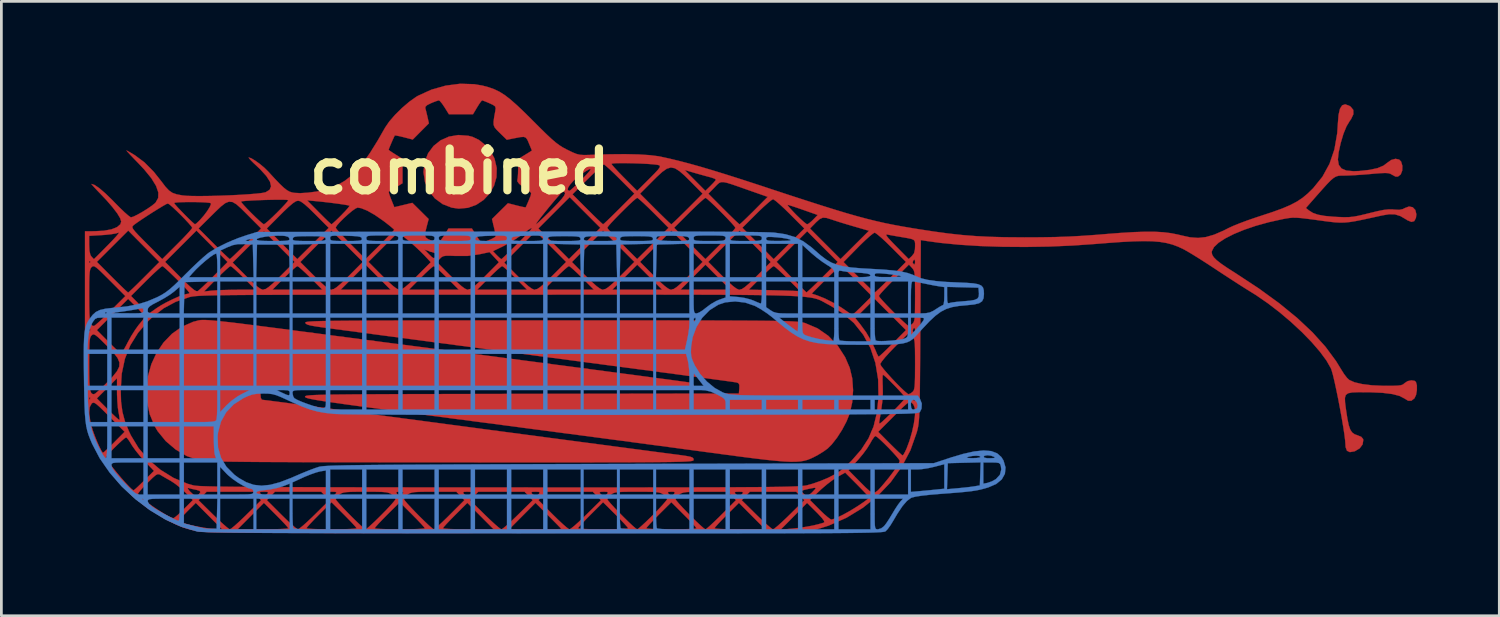
<source format=kicad_pcb>
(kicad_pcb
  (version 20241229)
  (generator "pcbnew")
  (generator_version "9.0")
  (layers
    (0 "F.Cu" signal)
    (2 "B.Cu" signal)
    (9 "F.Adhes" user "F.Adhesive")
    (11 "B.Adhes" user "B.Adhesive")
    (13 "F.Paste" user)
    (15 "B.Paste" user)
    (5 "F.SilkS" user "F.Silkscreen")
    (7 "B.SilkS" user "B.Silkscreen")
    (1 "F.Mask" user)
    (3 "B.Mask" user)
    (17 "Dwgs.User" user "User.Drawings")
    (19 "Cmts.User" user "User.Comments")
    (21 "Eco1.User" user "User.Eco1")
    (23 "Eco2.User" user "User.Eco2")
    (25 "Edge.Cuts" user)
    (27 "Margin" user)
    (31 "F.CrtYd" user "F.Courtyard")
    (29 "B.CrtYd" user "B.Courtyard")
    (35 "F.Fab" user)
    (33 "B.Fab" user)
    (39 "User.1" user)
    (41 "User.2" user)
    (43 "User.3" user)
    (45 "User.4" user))
  (footprint "combined"
    (layer "F.Cu")
    (at 13.715 3.201)
    (property "Reference" "combined" (at 0 0 0) (layer "F.SilkS") (effects (font (size 1.524 1.524) (thickness 0.3))))
    (attr through_hole)
    (fp_poly (pts (xy 0.315 -1.299) (xy 0.469 -1.26) (xy 0.71 -1.144) (xy 0.943 -0.954) (xy 1.14 -0.718) (xy 1.272 -0.468) (xy 1.353 -0.124) (xy 1.344 0.21) (xy 1.254 0.523) (xy 1.095 0.804) (xy 0.876 1.04) (xy 0.609 1.218) (xy 0.302 1.329) (xy -0.033 1.359) (xy -0.288 1.323) (xy -0.621 1.194) (xy -0.903 0.987) (xy -1.12 0.715) (xy -1.263 0.394) (xy -1.318 0.039) (xy -1.319 0.019) (xy -1.276 -0.343) (xy -1.15 -0.661) (xy -0.953 -0.926) (xy -0.696 -1.132) (xy -0.391 -1.268) (xy -0.05 -1.326) (xy 0.315 -1.299)) (stroke (width 0.01) (type solid)) (fill yes) (layer "F.Cu"))
    (fp_poly (pts (xy 4.438 5.436) (xy 5.46 5.436) (xy 6.391 5.436) (xy 7.233 5.436) (xy 7.992 5.437) (xy 8.672 5.438) (xy 9.278 5.439) (xy 9.815 5.441) (xy 10.286 5.443) (xy 10.697 5.445) (xy 11.053 5.448) (xy 11.357 5.452) (xy 11.614 5.456) (xy 11.829 5.461) (xy 12.007 5.466) (xy 12.152 5.473) (xy 12.269 5.48) (xy 12.361 5.488) (xy 12.435 5.497) (xy 12.493 5.506) (xy 12.542 5.517) (xy 12.585 5.529) (xy 12.606 5.535) (xy 13.054 5.725) (xy 13.45 6) (xy 13.787 6.352) (xy 14.06 6.775) (xy 14.23 7.169) (xy 14.321 7.553) (xy 14.351 7.983) (xy 14.32 8.42) (xy 14.228 8.83) (xy 14.226 8.837) (xy 14.111 9.122) (xy 13.951 9.424) (xy 13.765 9.713) (xy 13.573 9.959) (xy 13.421 10.11) (xy 13.274 10.216) (xy 13.08 10.335) (xy 12.911 10.426) (xy 12.796 10.479) (xy 12.683 10.523) (xy 12.562 10.556) (xy 12.425 10.579) (xy 12.264 10.591) (xy 12.069 10.592) (xy 11.832 10.581) (xy 11.545 10.557) (xy 11.199 10.522) (xy 10.785 10.473) (xy 10.295 10.411) (xy 9.721 10.335) (xy 9.169 10.261) (xy 8.671 10.194) (xy 8.198 10.131) (xy 7.742 10.069) (xy 7.297 10.01) (xy 6.854 9.951) (xy 6.404 9.891) (xy 5.941 9.829) (xy 5.457 9.765) (xy 4.943 9.697) (xy 4.392 9.624) (xy 3.795 9.546) (xy 3.146 9.46) (xy 2.436 9.367) (xy 1.657 9.264) (xy 0.802 9.152) (xy -0.138 9.029) (xy -1.17 8.894) (xy -1.257 8.882) (xy -2.027 8.781) (xy -2.702 8.692) (xy -3.289 8.614) (xy -3.793 8.546) (xy -4.22 8.488) (xy -4.578 8.437) (xy -4.871 8.395) (xy -5.106 8.358) (xy -5.289 8.328) (xy -5.426 8.301) (xy -5.523 8.279) (xy -5.587 8.259) (xy -5.623 8.242) (xy -5.638 8.225) (xy -5.639 8.218) (xy -5.635 8.206) (xy -5.621 8.195) (xy -5.593 8.185) (xy -5.544 8.177) (xy -5.471 8.169) (xy -5.37 8.162) (xy -5.234 8.155) (xy -5.061 8.15) (xy -4.844 8.145) (xy -4.579 8.14) (xy -4.263 8.137) (xy -3.889 8.133) (xy -3.453 8.13) (xy -2.951 8.128) (xy -2.378 8.125) (xy -1.729 8.123) (xy -1 8.122) (xy -0.185 8.12) (xy 0.719 8.118) (xy 1.718 8.116) (xy 2.273 8.115) (xy 10.185 8.103) (xy 10.201 7.914) (xy 10.202 7.785) (xy 10.166 7.723) (xy 10.099 7.698) (xy 10.033 7.688) (xy 9.873 7.665) (xy 9.627 7.631) (xy 9.301 7.587) (xy 8.903 7.533) (xy 8.44 7.471) (xy 7.919 7.401) (xy 7.347 7.325) (xy 6.731 7.243) (xy 6.078 7.157) (xy 5.395 7.067) (xy 5.156 7.035) (xy 4.066 6.891) (xy 3.004 6.751) (xy 1.977 6.615) (xy 0.991 6.485) (xy 0.051 6.361) (xy -0.835 6.244) (xy -1.662 6.134) (xy -2.424 6.033) (xy -3.114 5.942) (xy -3.726 5.86) (xy -4.255 5.79) (xy -4.693 5.732) (xy -4.953 5.697) (xy -5.231 5.657) (xy -5.423 5.624) (xy -5.543 5.592) (xy -5.607 5.559) (xy -5.63 5.522) (xy -5.627 5.511) (xy -5.614 5.501) (xy -5.584 5.492) (xy -5.533 5.484) (xy -5.458 5.477) (xy -5.354 5.47) (xy -5.216 5.465) (xy -5.04 5.459) (xy -4.822 5.455) (xy -4.557 5.451) (xy -4.241 5.448) (xy -3.87 5.445) (xy -3.439 5.443) (xy -2.944 5.441) (xy -2.38 5.439) (xy -1.743 5.438) (xy -1.029 5.437) (xy -0.233 5.436) (xy 0.649 5.436) (xy 1.621 5.436) (xy 2.688 5.436) (xy 3.318 5.436) (xy 4.438 5.436)) (stroke (width 0.01) (type solid)) (fill yes) (layer "F.Cu"))
    (fp_poly (pts (xy -9.28 5.421) (xy -9.148 5.427) (xy -8.978 5.441) (xy -8.763 5.462) (xy -8.494 5.491) (xy -8.165 5.53) (xy -7.768 5.579) (xy -7.296 5.639) (xy -6.742 5.71) (xy -6.099 5.794) (xy -5.734 5.842) (xy -5.136 5.92) (xy -4.561 5.996) (xy -4.016 6.067) (xy -3.511 6.133) (xy -3.056 6.193) (xy -2.659 6.245) (xy -2.329 6.288) (xy -2.076 6.321) (xy -1.91 6.342) (xy -1.854 6.349) (xy -1.51 6.394) (xy -1.101 6.447) (xy -0.635 6.508) (xy -0.119 6.575) (xy 0.438 6.648) (xy 1.029 6.725) (xy 1.644 6.806) (xy 2.276 6.889) (xy 2.918 6.973) (xy 3.56 7.058) (xy 4.195 7.141) (xy 4.814 7.223) (xy 5.411 7.302) (xy 5.975 7.377) (xy 6.501 7.446) (xy 6.978 7.51) (xy 7.4 7.566) (xy 7.758 7.614) (xy 8.045 7.653) (xy 8.251 7.681) (xy 8.37 7.697) (xy 8.395 7.701) (xy 8.508 7.755) (xy 8.534 7.827) (xy 8.533 7.84) (xy 8.524 7.852) (xy 8.505 7.863) (xy 8.469 7.872) (xy 8.413 7.881) (xy 8.331 7.888) (xy 8.219 7.895) (xy 8.072 7.9) (xy 7.886 7.905) (xy 7.656 7.91) (xy 7.376 7.913) (xy 7.043 7.916) (xy 6.652 7.919) (xy 6.197 7.921) (xy 5.675 7.922) (xy 5.081 7.923) (xy 4.409 7.924) (xy 3.656 7.924) (xy 2.816 7.925) (xy 1.885 7.925) (xy 0.857 7.925) (xy 0.635 7.925) (xy -7.264 7.925) (xy -7.264 8.128) (xy -7.251 8.264) (xy -7.215 8.329) (xy -7.205 8.331) (xy -7.143 8.338) (xy -6.992 8.356) (xy -6.763 8.386) (xy -6.467 8.424) (xy -6.117 8.47) (xy -5.724 8.522) (xy -5.299 8.578) (xy -5.262 8.583) (xy -4.855 8.638) (xy -4.379 8.701) (xy -3.842 8.773) (xy -3.251 8.851) (xy -2.615 8.936) (xy -1.941 9.026) (xy -1.236 9.119) (xy -0.509 9.216) (xy 0.232 9.314) (xy 0.98 9.414) (xy 1.728 9.513) (xy 2.467 9.611) (xy 3.189 9.707) (xy 3.888 9.799) (xy 4.554 9.887) (xy 5.181 9.97) (xy 5.761 10.047) (xy 6.285 10.116) (xy 6.747 10.177) (xy 7.137 10.229) (xy 7.45 10.27) (xy 7.676 10.3) (xy 7.798 10.315) (xy 8.084 10.353) (xy 8.285 10.383) (xy 8.416 10.409) (xy 8.49 10.437) (xy 8.525 10.469) (xy 8.534 10.511) (xy 8.534 10.521) (xy 8.532 10.533) (xy 8.524 10.544) (xy 8.503 10.554) (xy 8.467 10.563) (xy 8.411 10.571) (xy 8.33 10.579) (xy 8.22 10.585) (xy 8.077 10.591) (xy 7.895 10.595) (xy 7.671 10.6) (xy 7.401 10.603) (xy 7.079 10.606) (xy 6.701 10.609) (xy 6.264 10.611) (xy 5.761 10.612) (xy 5.19 10.613) (xy 4.546 10.614) (xy 3.823 10.614) (xy 3.018 10.614) (xy 2.127 10.614) (xy 1.144 10.614) (xy 0.066 10.613) (xy -0.343 10.613) (xy -1.481 10.612) (xy -2.522 10.612) (xy -3.47 10.61) (xy -4.33 10.609) (xy -5.105 10.608) (xy -5.8 10.606) (xy -6.42 10.603) (xy -6.968 10.601) (xy -7.449 10.598) (xy -7.867 10.594) (xy -8.227 10.59) (xy -8.533 10.586) (xy -8.789 10.58) (xy -9 10.575) (xy -9.169 10.568) (xy -9.302 10.561) (xy -9.402 10.553) (xy -9.474 10.545) (xy -9.518 10.537) (xy -9.952 10.383) (xy -10.359 10.144) (xy -10.72 9.837) (xy -11.014 9.477) (xy -11.119 9.301) (xy -11.304 8.858) (xy -11.404 8.397) (xy -11.424 7.931) (xy -11.369 7.47) (xy -11.243 7.027) (xy -11.051 6.613) (xy -10.799 6.241) (xy -10.491 5.922) (xy -10.132 5.667) (xy -9.726 5.489) (xy -9.518 5.434) (xy -9.458 5.425) (xy -9.381 5.42) (xy -9.28 5.421)) (stroke (width 0.01) (type solid)) (fill yes) (layer "F.Cu"))
    (fp_poly (pts (xy 0.534 -3.18) (xy 0.833 -3.129) (xy 1.06 -3.068) (xy 1.263 -2.996) (xy 1.455 -2.903) (xy 1.65 -2.78) (xy 1.861 -2.616) (xy 2.102 -2.403) (xy 2.386 -2.132) (xy 2.667 -1.852) (xy 2.949 -1.57) (xy 3.173 -1.351) (xy 3.353 -1.183) (xy 3.502 -1.055) (xy 3.632 -0.958) (xy 3.756 -0.878) (xy 3.888 -0.807) (xy 3.935 -0.784) (xy 4.126 -0.691) (xy 4.268 -0.634) (xy 4.397 -0.605) (xy 4.547 -0.596) (xy 4.754 -0.601) (xy 4.823 -0.604) (xy 5.46 -0.624) (xy 6.029 -0.629) (xy 6.523 -0.618) (xy 6.933 -0.592) (xy 7.253 -0.552) (xy 7.315 -0.54) (xy 7.646 -0.468) (xy 7.99 -0.385) (xy 8.358 -0.289) (xy 8.761 -0.177) (xy 9.209 -0.044) (xy 9.715 0.112) (xy 10.287 0.294) (xy 10.939 0.506) (xy 11.328 0.635) (xy 12.035 0.868) (xy 12.657 1.07) (xy 13.203 1.245) (xy 13.686 1.396) (xy 14.115 1.526) (xy 14.501 1.636) (xy 14.855 1.731) (xy 15.188 1.813) (xy 15.509 1.886) (xy 15.831 1.951) (xy 16.163 2.012) (xy 16.515 2.072) (xy 16.713 2.104) (xy 17.305 2.195) (xy 17.836 2.267) (xy 18.332 2.321) (xy 18.82 2.36) (xy 19.326 2.386) (xy 19.877 2.401) (xy 20.499 2.406) (xy 20.599 2.407) (xy 21.196 2.404) (xy 21.725 2.395) (xy 22.219 2.378) (xy 22.712 2.351) (xy 23.236 2.314) (xy 23.52 2.29) (xy 24.098 2.245) (xy 24.588 2.215) (xy 25.004 2.201) (xy 25.36 2.202) (xy 25.669 2.22) (xy 25.943 2.254) (xy 26.197 2.304) (xy 26.314 2.333) (xy 26.641 2.405) (xy 26.934 2.427) (xy 27.218 2.396) (xy 27.518 2.309) (xy 27.859 2.162) (xy 28.048 2.066) (xy 28.214 1.99) (xy 28.451 1.894) (xy 28.735 1.788) (xy 29.04 1.683) (xy 29.216 1.625) (xy 29.654 1.481) (xy 30.009 1.352) (xy 30.299 1.228) (xy 30.539 1.102) (xy 30.746 0.964) (xy 30.936 0.806) (xy 31.127 0.619) (xy 31.13 0.616) (xy 31.47 0.195) (xy 31.728 -0.276) (xy 31.907 -0.802) (xy 32.009 -1.388) (xy 32.033 -1.746) (xy 32.058 -2.062) (xy 32.109 -2.282) (xy 32.189 -2.409) (xy 32.299 -2.446) (xy 32.443 -2.396) (xy 32.501 -2.359) (xy 32.596 -2.24) (xy 32.599 -2.085) (xy 32.511 -1.9) (xy 32.465 -1.839) (xy 32.348 -1.643) (xy 32.235 -1.367) (xy 32.135 -1.031) (xy 32.061 -0.695) (xy 32.033 -0.43) (xy 32.067 -0.236) (xy 32.168 -0.104) (xy 32.344 -0.03) (xy 32.603 -0.006) (xy 32.806 -0.013) (xy 33.188 -0.055) (xy 33.482 -0.119) (xy 33.7 -0.211) (xy 33.832 -0.312) (xy 33.982 -0.418) (xy 34.136 -0.459) (xy 34.268 -0.431) (xy 34.339 -0.359) (xy 34.386 -0.201) (xy 34.381 -0.031) (xy 34.328 0.105) (xy 34.312 0.123) (xy 34.223 0.19) (xy 34.134 0.189) (xy 34.007 0.12) (xy 34.006 0.12) (xy 33.943 0.085) (xy 33.867 0.065) (xy 33.757 0.059) (xy 33.594 0.065) (xy 33.359 0.083) (xy 33.234 0.095) (xy 32.951 0.118) (xy 32.671 0.137) (xy 32.427 0.149) (xy 32.264 0.153) (xy 32.145 0.153) (xy 32.049 0.162) (xy 31.963 0.188) (xy 31.874 0.241) (xy 31.769 0.33) (xy 31.637 0.466) (xy 31.465 0.656) (xy 31.239 0.911) (xy 31.194 0.963) (xy 30.867 1.335) (xy 30.982 1.428) (xy 31.122 1.515) (xy 31.304 1.579) (xy 31.548 1.624) (xy 31.87 1.654) (xy 32.005 1.662) (xy 32.242 1.671) (xy 32.433 1.669) (xy 32.611 1.651) (xy 32.808 1.614) (xy 33.057 1.555) (xy 33.174 1.525) (xy 33.475 1.452) (xy 33.703 1.406) (xy 33.881 1.387) (xy 34.032 1.388) (xy 34.075 1.393) (xy 34.27 1.403) (xy 34.406 1.374) (xy 34.468 1.341) (xy 34.627 1.281) (xy 34.763 1.308) (xy 34.858 1.407) (xy 34.896 1.564) (xy 34.88 1.696) (xy 34.82 1.814) (xy 34.718 1.843) (xy 34.57 1.783) (xy 34.529 1.756) (xy 34.312 1.629) (xy 34.113 1.567) (xy 33.896 1.564) (xy 33.655 1.605) (xy 33.255 1.693) (xy 32.936 1.762) (xy 32.681 1.813) (xy 32.472 1.847) (xy 32.291 1.865) (xy 32.12 1.869) (xy 31.942 1.86) (xy 31.738 1.838) (xy 31.491 1.806) (xy 31.232 1.77) (xy 30.925 1.73) (xy 30.695 1.703) (xy 30.521 1.69) (xy 30.378 1.689) (xy 30.245 1.702) (xy 30.098 1.726) (xy 30.006 1.744) (xy 29.507 1.855) (xy 29.04 1.985) (xy 28.614 2.13) (xy 28.24 2.284) (xy 27.925 2.444) (xy 27.68 2.604) (xy 27.514 2.762) (xy 27.437 2.911) (xy 27.432 2.954) (xy 27.449 3.041) (xy 27.506 3.133) (xy 27.613 3.24) (xy 27.78 3.37) (xy 28.017 3.532) (xy 28.296 3.709) (xy 29.142 4.265) (xy 29.891 4.809) (xy 30.546 5.344) (xy 31.108 5.872) (xy 31.581 6.397) (xy 31.967 6.92) (xy 32.156 7.229) (xy 32.262 7.397) (xy 32.371 7.536) (xy 32.449 7.608) (xy 32.64 7.693) (xy 32.919 7.758) (xy 33.271 7.802) (xy 33.683 7.821) (xy 33.787 7.822) (xy 34.044 7.821) (xy 34.221 7.814) (xy 34.335 7.799) (xy 34.408 7.772) (xy 34.46 7.73) (xy 34.468 7.722) (xy 34.577 7.651) (xy 34.711 7.622) (xy 34.83 7.639) (xy 34.88 7.68) (xy 34.915 7.807) (xy 34.915 7.98) (xy 34.885 8.152) (xy 34.828 8.275) (xy 34.824 8.28) (xy 34.711 8.367) (xy 34.593 8.364) (xy 34.46 8.283) (xy 34.282 8.19) (xy 34.017 8.121) (xy 33.661 8.077) (xy 33.211 8.057) (xy 33.086 8.056) (xy 32.775 8.055) (xy 32.552 8.063) (xy 32.406 8.093) (xy 32.323 8.155) (xy 32.29 8.261) (xy 32.295 8.422) (xy 32.324 8.649) (xy 32.334 8.721) (xy 32.383 9.035) (xy 32.431 9.263) (xy 32.486 9.421) (xy 32.555 9.524) (xy 32.645 9.589) (xy 32.743 9.624) (xy 32.887 9.682) (xy 32.952 9.76) (xy 32.96 9.796) (xy 32.936 9.958) (xy 32.829 10.102) (xy 32.658 10.204) (xy 32.639 10.211) (xy 32.471 10.24) (xy 32.365 10.19) (xy 32.315 10.058) (xy 32.309 9.958) (xy 32.298 9.81) (xy 32.27 9.586) (xy 32.227 9.304) (xy 32.172 8.982) (xy 32.109 8.639) (xy 32.043 8.293) (xy 31.975 7.963) (xy 31.911 7.667) (xy 31.853 7.423) (xy 31.804 7.251) (xy 31.781 7.188) (xy 31.618 6.901) (xy 31.379 6.577) (xy 31.076 6.226) (xy 30.723 5.863) (xy 30.33 5.498) (xy 29.912 5.143) (xy 29.481 4.812) (xy 29.049 4.514) (xy 28.88 4.409) (xy 28.688 4.29) (xy 28.436 4.13) (xy 28.145 3.942) (xy 27.839 3.743) (xy 27.563 3.561) (xy 27.28 3.375) (xy 27.004 3.198) (xy 26.755 3.043) (xy 26.551 2.921) (xy 26.412 2.843) (xy 26.408 2.841) (xy 26.203 2.745) (xy 25.998 2.669) (xy 25.781 2.612) (xy 25.54 2.572) (xy 25.264 2.549) (xy 24.941 2.543) (xy 24.56 2.553) (xy 24.108 2.577) (xy 23.575 2.616) (xy 23.19 2.647) (xy 22.359 2.705) (xy 21.505 2.742) (xy 20.646 2.756) (xy 19.8 2.75) (xy 18.986 2.723) (xy 18.222 2.675) (xy 17.526 2.607) (xy 17.06 2.543) (xy 16.822 2.505) (xy 16.803 5.812) (xy 16.799 6.474) (xy 16.795 7.042) (xy 16.791 7.526) (xy 16.787 7.932) (xy 16.782 8.269) (xy 16.776 8.546) (xy 16.769 8.77) (xy 16.761 8.951) (xy 16.75 9.095) (xy 16.738 9.211) (xy 16.723 9.308) (xy 16.706 9.393) (xy 16.685 9.475) (xy 16.671 9.525) (xy 16.441 10.174) (xy 16.122 10.779) (xy 15.723 11.335) (xy 15.25 11.833) (xy 14.71 12.268) (xy 14.111 12.633) (xy 13.458 12.921) (xy 12.994 13.068) (xy 12.573 13.181) (xy 1.702 13.19) (xy 0.423 13.191) (xy -0.757 13.192) (xy -1.844 13.192) (xy -2.84 13.192) (xy -3.749 13.192) (xy -4.576 13.192) (xy -5.323 13.19) (xy -5.995 13.189) (xy -6.595 13.187) (xy -7.127 13.185) (xy -7.594 13.182) (xy -8.001 13.179) (xy -8.352 13.175) (xy -8.649 13.17) (xy -8.897 13.166) (xy -9.099 13.16) (xy -9.259 13.154) (xy -9.381 13.147) (xy -9.469 13.14) (xy -9.525 13.132) (xy -9.815 13.069) (xy -9.826 13.066) (xy 11.709 13.066) (xy 12.116 13.031) (xy 12.374 13.003) (xy 12.652 12.961) (xy 12.878 12.919) (xy 13.063 12.875) (xy 13.212 12.835) (xy 13.295 12.807) (xy 13.296 12.807) (xy 13.296 12.755) (xy 13.214 12.642) (xy 13.053 12.468) (xy 13.016 12.432) (xy 12.672 12.091) (xy 12.191 12.578) (xy 11.709 13.066) (xy -9.826 13.066) (xy -10.075 12.991) (xy -10.337 12.884) (xy -10.607 12.753) (xy -10.235 12.753) (xy -10.165 12.797) (xy -10.015 12.848) (xy -9.81 12.902) (xy -9.571 12.954) (xy -9.32 12.999) (xy -9.08 13.032) (xy -8.873 13.049) (xy -8.866 13.049) (xy -8.663 13.056) (xy -9.624 12.091) (xy -9.94 12.404) (xy -10.079 12.548) (xy -10.182 12.665) (xy -10.233 12.739) (xy -10.235 12.753) (xy -10.607 12.753) (xy -10.638 12.738) (xy -10.754 12.677) (xy -11.371 12.297) (xy -11.942 11.842) (xy -12.018 11.765) (xy -11.735 11.765) (xy -11.694 11.828) (xy -11.584 11.928) (xy -11.423 12.055) (xy -11.23 12.195) (xy -11.023 12.335) (xy -10.821 12.463) (xy -10.642 12.566) (xy -10.505 12.632) (xy -10.439 12.649) (xy -10.382 12.615) (xy -10.273 12.524) (xy -10.133 12.392) (xy -10.059 12.319) (xy -9.736 11.994) (xy -9.524 11.994) (xy -8.986 12.525) (xy -8.793 12.711) (xy -8.621 12.869) (xy -8.485 12.986) (xy -8.4 13.048) (xy -8.382 13.056) (xy -8.101 13.056) (xy -7.174 13.056) (xy -6.88 13.054) (xy -6.625 13.048) (xy -6.424 13.039) (xy -6.293 13.028) (xy -6.248 13.016) (xy -6.282 12.968) (xy -6.375 12.863) (xy -6.513 12.717) (xy -6.682 12.546) (xy -6.694 12.534) (xy -7.139 12.09) (xy -7.62 12.573) (xy -8.101 13.056) (xy -8.382 13.056) (xy -8.324 13.022) (xy -8.209 12.928) (xy -8.052 12.787) (xy -7.866 12.611) (xy -7.778 12.525) (xy -7.24 11.994) (xy -7.243 11.991) (xy -7.032 11.991) (xy -6.501 12.523) (xy -6.309 12.711) (xy -6.138 12.87) (xy -6.003 12.987) (xy -5.917 13.049) (xy -5.898 13.056) (xy -5.838 13.021) (xy -5.832 13.016) (xy -5.588 13.016) (xy -5.54 13.029) (xy -5.406 13.04) (xy -5.203 13.048) (xy -4.946 13.054) (xy -4.674 13.056) (xy -4.381 13.054) (xy -4.128 13.048) (xy -3.929 13.039) (xy -3.801 13.028) (xy -3.759 13.016) (xy -3.793 12.968) (xy -3.886 12.863) (xy -4.025 12.717) (xy -4.194 12.544) (xy -4.216 12.522) (xy -4.674 12.067) (xy -5.131 12.522) (xy -5.304 12.697) (xy -5.446 12.847) (xy -5.546 12.958) (xy -5.587 13.014) (xy -5.588 13.016) (xy -5.832 13.016) (xy -5.722 12.928) (xy -5.563 12.786) (xy -5.377 12.611) (xy -5.289 12.525) (xy -4.751 11.994) (xy -4.79 11.954) (xy -4.521 11.954) (xy -4.487 12.01) (xy -4.394 12.12) (xy -4.259 12.267) (xy -4.096 12.436) (xy -3.923 12.612) (xy -3.754 12.777) (xy -3.605 12.917) (xy -3.492 13.015) (xy -3.431 13.055) (xy -3.429 13.056) (xy -3.376 13.021) (xy -3.37 13.016) (xy -3.099 13.016) (xy -3.051 13.029) (xy -2.917 13.04) (xy -2.714 13.048) (xy -2.457 13.054) (xy -2.184 13.056) (xy -1.892 13.054) (xy -1.639 13.048) (xy -1.44 13.039) (xy -1.312 13.028) (xy -1.27 13.016) (xy -1.304 12.968) (xy -1.397 12.863) (xy -1.535 12.717) (xy -1.705 12.544) (xy -1.727 12.522) (xy -2.184 12.067) (xy -2.642 12.522) (xy -2.814 12.697) (xy -2.957 12.847) (xy -3.056 12.958) (xy -3.098 13.014) (xy -3.099 13.016) (xy -3.37 13.016) (xy -3.267 12.927) (xy -3.114 12.786) (xy -2.934 12.611) (xy -2.857 12.534) (xy -2.672 12.345) (xy -2.516 12.178) (xy -2.402 12.047) (xy -2.342 11.968) (xy -2.337 11.954) (xy -2.032 11.954) (xy -1.998 12.01) (xy -1.905 12.12) (xy -1.769 12.267) (xy -1.607 12.436) (xy -1.434 12.612) (xy -1.265 12.777) (xy -1.116 12.917) (xy -1.003 13.015) (xy -0.942 13.055) (xy -0.94 13.056) (xy -0.887 13.021) (xy -0.881 13.016) (xy -0.61 13.016) (xy -0.561 13.029) (xy -0.428 13.04) (xy -0.224 13.048) (xy 0.033 13.054) (xy 0.316 13.056) (xy 1.243 13.056) (xy 0.762 12.573) (xy 0.281 12.09) (xy -0.164 12.534) (xy -0.334 12.706) (xy -0.475 12.854) (xy -0.571 12.962) (xy -0.609 13.015) (xy -0.61 13.016) (xy -0.881 13.016) (xy -0.778 12.927) (xy -0.625 12.785) (xy -0.443 12.609) (xy -0.357 12.523) (xy 0.171 11.994) (xy 0.382 11.994) (xy 0.92 12.525) (xy 1.113 12.711) (xy 1.285 12.869) (xy 1.421 12.986) (xy 1.506 13.048) (xy 1.524 13.056) (xy 1.805 13.056) (xy 2.757 13.056) (xy 3.055 13.055) (xy 3.315 13.053) (xy 3.521 13.05) (xy 3.658 13.046) (xy 3.708 13.042) (xy 3.708 13.042) (xy 3.675 13.003) (xy 3.582 12.907) (xy 3.444 12.766) (xy 3.273 12.595) (xy 3.238 12.559) (xy 2.767 12.09) (xy 2.286 12.573) (xy 1.805 13.056) (xy 1.524 13.056) (xy 1.582 13.022) (xy 1.697 12.928) (xy 1.854 12.787) (xy 2.04 12.611) (xy 2.128 12.525) (xy 2.666 11.994) (xy 2.663 11.991) (xy 2.874 11.991) (xy 3.405 12.523) (xy 3.597 12.711) (xy 3.768 12.87) (xy 3.903 12.987) (xy 3.989 13.049) (xy 4.008 13.056) (xy 4.068 13.021) (xy 4.074 13.016) (xy 4.318 13.016) (xy 4.366 13.029) (xy 4.5 13.04) (xy 4.703 13.048) (xy 4.96 13.054) (xy 5.232 13.056) (xy 5.524 13.054) (xy 5.778 13.048) (xy 5.977 13.039) (xy 6.105 13.028) (xy 6.147 13.016) (xy 6.113 12.968) (xy 6.02 12.863) (xy 5.881 12.717) (xy 5.712 12.544) (xy 5.69 12.522) (xy 5.232 12.067) (xy 4.775 12.522) (xy 4.602 12.697) (xy 4.46 12.847) (xy 4.36 12.958) (xy 4.319 13.014) (xy 4.318 13.016) (xy 4.074 13.016) (xy 4.184 12.928) (xy 4.343 12.786) (xy 4.529 12.611) (xy 4.617 12.525) (xy 5.155 11.994) (xy 5.116 11.954) (xy 5.385 11.954) (xy 5.419 12.01) (xy 5.512 12.12) (xy 5.647 12.267) (xy 5.81 12.436) (xy 5.983 12.612) (xy 6.152 12.777) (xy 6.301 12.917) (xy 6.414 13.015) (xy 6.475 13.055) (xy 6.477 13.056) (xy 6.53 13.021) (xy 6.536 13.016) (xy 6.807 13.016) (xy 6.855 13.029) (xy 6.989 13.04) (xy 7.192 13.048) (xy 7.449 13.054) (xy 7.722 13.056) (xy 8.014 13.054) (xy 8.267 13.048) (xy 8.466 13.039) (xy 8.594 13.028) (xy 8.636 13.016) (xy 8.602 12.968) (xy 8.509 12.863) (xy 8.371 12.717) (xy 8.201 12.544) (xy 8.179 12.522) (xy 7.722 12.067) (xy 7.264 12.522) (xy 7.092 12.697) (xy 6.949 12.847) (xy 6.85 12.958) (xy 6.808 13.014) (xy 6.807 13.016) (xy 6.536 13.016) (xy 6.639 12.927) (xy 6.792 12.786) (xy 6.972 12.611) (xy 7.049 12.534) (xy 7.234 12.345) (xy 7.39 12.178) (xy 7.504 12.047) (xy 7.564 11.968) (xy 7.569 11.954) (xy 7.874 11.954) (xy 7.908 12.01) (xy 8.001 12.12) (xy 8.137 12.267) (xy 8.299 12.436) (xy 8.472 12.612) (xy 8.641 12.777) (xy 8.79 12.917) (xy 8.903 13.015) (xy 8.964 13.055) (xy 8.966 13.056) (xy 9.019 13.021) (xy 9.025 13.016) (xy 9.296 13.016) (xy 9.345 13.029) (xy 9.478 13.04) (xy 9.682 13.048) (xy 9.939 13.054) (xy 10.222 13.056) (xy 11.149 13.056) (xy 10.668 12.573) (xy 10.187 12.09) (xy 9.742 12.534) (xy 9.572 12.706) (xy 9.431 12.854) (xy 9.335 12.962) (xy 9.297 13.015) (xy 9.296 13.016) (xy 9.025 13.016) (xy 9.128 12.927) (xy 9.281 12.785) (xy 9.463 12.609) (xy 9.549 12.523) (xy 10.077 11.994) (xy 10.288 11.994) (xy 10.826 12.525) (xy 11.019 12.711) (xy 11.191 12.869) (xy 11.327 12.986) (xy 11.412 13.048) (xy 11.43 13.056) (xy 11.488 13.022) (xy 11.603 12.928) (xy 11.76 12.787) (xy 11.946 12.611) (xy 12.034 12.525) (xy 12.572 11.994) (xy 12.563 11.985) (xy 12.776 11.985) (xy 13.13 12.342) (xy 13.289 12.495) (xy 13.428 12.615) (xy 13.528 12.687) (xy 13.562 12.7) (xy 13.643 12.677) (xy 13.784 12.619) (xy 13.959 12.536) (xy 13.992 12.519) (xy 14.176 12.418) (xy 14.375 12.3) (xy 14.57 12.176) (xy 14.74 12.06) (xy 14.867 11.965) (xy 14.931 11.904) (xy 14.935 11.894) (xy 14.901 11.848) (xy 14.809 11.746) (xy 14.673 11.603) (xy 14.506 11.432) (xy 14.499 11.425) (xy 14.062 10.987) (xy 13.778 11.145) (xy 13.61 11.254) (xy 13.406 11.409) (xy 13.202 11.582) (xy 13.135 11.644) (xy 12.776 11.985) (xy 12.563 11.985) (xy 12.423 11.839) (xy 12.275 11.684) (xy 10.585 11.684) (xy 10.437 11.839) (xy 10.288 11.994) (xy 10.077 11.994) (xy 10.08 11.991) (xy 9.933 11.838) (xy 9.813 11.713) (xy 10.031 11.713) (xy 10.058 11.76) (xy 10.142 11.825) (xy 10.185 11.836) (xy 10.269 11.801) (xy 10.312 11.76) (xy 10.34 11.711) (xy 10.3 11.689) (xy 10.185 11.684) (xy 10.066 11.689) (xy 10.031 11.713) (xy 9.813 11.713) (xy 9.785 11.684) (xy 8.964 11.684) (xy 8.653 11.685) (xy 8.428 11.689) (xy 8.269 11.698) (xy 8.161 11.715) (xy 8.086 11.74) (xy 8.026 11.775) (xy 8.008 11.789) (xy 7.916 11.878) (xy 7.874 11.95) (xy 7.874 11.954) (xy 7.569 11.954) (xy 7.533 11.884) (xy 7.444 11.796) (xy 7.435 11.789) (xy 7.378 11.75) (xy 7.309 11.722) (xy 7.295 11.719) (xy 7.593 11.719) (xy 7.62 11.76) (xy 7.69 11.824) (xy 7.722 11.836) (xy 7.782 11.802) (xy 7.823 11.76) (xy 7.852 11.708) (xy 7.809 11.687) (xy 7.722 11.684) (xy 7.615 11.691) (xy 7.593 11.719) (xy 7.295 11.719) (xy 7.214 11.703) (xy 7.074 11.691) (xy 6.872 11.686) (xy 6.591 11.684) (xy 6.477 11.684) (xy 6.166 11.685) (xy 5.94 11.689) (xy 5.781 11.698) (xy 5.672 11.714) (xy 5.597 11.739) (xy 5.538 11.775) (xy 5.519 11.789) (xy 5.427 11.878) (xy 5.385 11.95) (xy 5.385 11.954) (xy 5.116 11.954) (xy 5.006 11.839) (xy 4.885 11.713) (xy 5.103 11.713) (xy 5.131 11.76) (xy 5.214 11.825) (xy 5.258 11.836) (xy 5.341 11.801) (xy 5.385 11.76) (xy 5.412 11.711) (xy 5.372 11.689) (xy 5.258 11.684) (xy 5.139 11.689) (xy 5.103 11.713) (xy 4.885 11.713) (xy 4.858 11.684) (xy 3.169 11.684) (xy 3.021 11.838) (xy 2.874 11.991) (xy 2.663 11.991) (xy 2.517 11.839) (xy 2.396 11.713) (xy 2.614 11.713) (xy 2.642 11.76) (xy 2.725 11.825) (xy 2.769 11.836) (xy 2.852 11.801) (xy 2.896 11.76) (xy 2.923 11.711) (xy 2.883 11.689) (xy 2.769 11.684) (xy 2.649 11.689) (xy 2.614 11.713) (xy 2.396 11.713) (xy 2.369 11.684) (xy 0.679 11.684) (xy 0.531 11.839) (xy 0.382 11.994) (xy 0.171 11.994) (xy 0.174 11.991) (xy 0.027 11.838) (xy -0.093 11.713) (xy 0.125 11.713) (xy 0.152 11.76) (xy 0.236 11.825) (xy 0.279 11.836) (xy 0.363 11.801) (xy 0.406 11.76) (xy 0.434 11.711) (xy 0.394 11.689) (xy 0.279 11.684) (xy 0.16 11.689) (xy 0.125 11.713) (xy -0.093 11.713) (xy -0.121 11.684) (xy -0.942 11.684) (xy -1.253 11.685) (xy -1.478 11.689) (xy -1.637 11.698) (xy -1.745 11.715) (xy -1.82 11.74) (xy -1.88 11.775) (xy -1.898 11.789) (xy -1.99 11.878) (xy -2.032 11.95) (xy -2.032 11.954) (xy -2.337 11.954) (xy -2.373 11.884) (xy -2.462 11.796) (xy -2.471 11.789) (xy -2.528 11.75) (xy -2.597 11.722) (xy -2.611 11.719) (xy -2.313 11.719) (xy -2.286 11.76) (xy -2.216 11.824) (xy -2.184 11.836) (xy -2.124 11.802) (xy -2.083 11.76) (xy -2.054 11.708) (xy -2.097 11.687) (xy -2.184 11.684) (xy -2.291 11.691) (xy -2.313 11.719) (xy -2.611 11.719) (xy -2.692 11.703) (xy -2.832 11.691) (xy -3.034 11.686) (xy -3.315 11.684) (xy -3.429 11.684) (xy -3.74 11.685) (xy -3.966 11.689) (xy -4.125 11.698) (xy -4.234 11.714) (xy -4.309 11.739) (xy -4.368 11.775) (xy -4.387 11.789) (xy -4.479 11.878) (xy -4.521 11.95) (xy -4.521 11.954) (xy -4.79 11.954) (xy -4.9 11.839) (xy -5.021 11.713) (xy -4.803 11.713) (xy -4.775 11.76) (xy -4.692 11.825) (xy -4.648 11.836) (xy -4.565 11.801) (xy -4.521 11.76) (xy -4.494 11.711) (xy -4.534 11.689) (xy -4.648 11.684) (xy -4.767 11.689) (xy -4.803 11.713) (xy -5.021 11.713) (xy -5.048 11.684) (xy -6.737 11.684) (xy -6.885 11.838) (xy -7.032 11.991) (xy -7.243 11.991) (xy -7.389 11.839) (xy -7.51 11.713) (xy -7.292 11.713) (xy -7.264 11.76) (xy -7.181 11.825) (xy -7.137 11.836) (xy -7.054 11.801) (xy -7.01 11.76) (xy -6.983 11.711) (xy -7.023 11.689) (xy -7.137 11.684) (xy -7.257 11.689) (xy -7.292 11.713) (xy -7.51 11.713) (xy -7.537 11.684) (xy -9.227 11.684) (xy -9.375 11.839) (xy -9.524 11.994) (xy -9.736 11.994) (xy -9.731 11.989) (xy -10.009 11.707) (xy -10.173 11.556) (xy -9.923 11.556) (xy -9.878 11.625) (xy -9.833 11.676) (xy -9.707 11.794) (xy -9.614 11.831) (xy -9.531 11.795) (xy -9.51 11.775) (xy -9.456 11.701) (xy -9.483 11.653) (xy -9.487 11.651) (xy 12.484 11.651) (xy 12.486 11.69) (xy 12.527 11.74) (xy 12.62 11.818) (xy 12.709 11.821) (xy 12.817 11.744) (xy 12.878 11.684) (xy 12.961 11.595) (xy 12.987 11.549) (xy 12.943 11.54) (xy 12.819 11.562) (xy 12.699 11.587) (xy 12.55 11.622) (xy 12.484 11.651) (xy -9.487 11.651) (xy -9.6 11.616) (xy -9.63 11.61) (xy -9.777 11.579) (xy -9.89 11.548) (xy -9.897 11.546) (xy -9.923 11.556) (xy -10.173 11.556) (xy -10.185 11.545) (xy -10.377 11.393) (xy -10.541 11.285) (xy -10.705 11.193) (xy -10.848 11.11) (xy -10.909 11.073) (xy -10.965 11.044) (xy -11.02 11.044) (xy -11.091 11.084) (xy -11.195 11.174) (xy -11.35 11.325) (xy -11.379 11.353) (xy -11.53 11.509) (xy -11.65 11.643) (xy -11.721 11.736) (xy -11.735 11.765) (xy -12.018 11.765) (xy -12.455 11.326) (xy -12.896 10.762) (xy -13.092 10.433) (xy -12.903 10.433) (xy -12.871 10.504) (xy -12.786 10.631) (xy -12.661 10.796) (xy -12.511 10.982) (xy -12.351 11.172) (xy -12.194 11.35) (xy -12.056 11.497) (xy -11.951 11.597) (xy -11.893 11.633) (xy -11.847 11.6) (xy -11.746 11.509) (xy -11.608 11.377) (xy -11.506 11.278) (xy -11.149 10.923) (xy -11.488 10.57) (xy -11.658 10.381) (xy -11.818 10.183) (xy -11.941 10.01) (xy -11.972 9.96) (xy -12.057 9.821) (xy -12.13 9.728) (xy -12.165 9.703) (xy -12.222 9.737) (xy -12.328 9.827) (xy -12.463 9.952) (xy -12.608 10.094) (xy -12.741 10.232) (xy -12.845 10.348) (xy -12.9 10.422) (xy -12.903 10.433) (xy -13.092 10.433) (xy -13.253 10.162) (xy -13.306 10.055) (xy -13.374 9.913) (xy -13.433 9.786) (xy -13.483 9.666) (xy -13.526 9.545) (xy -13.561 9.415) (xy -13.59 9.268) (xy -13.613 9.095) (xy -13.63 8.889) (xy -13.635 8.805) (xy -13.51 8.805) (xy -13.477 9.083) (xy -13.434 9.273) (xy -13.383 9.442) (xy -13.312 9.638) (xy -13.231 9.84) (xy -13.149 10.025) (xy -13.077 10.169) (xy -13.024 10.251) (xy -13.009 10.262) (xy -12.962 10.228) (xy -12.861 10.136) (xy -12.721 10.002) (xy -12.598 9.88) (xy -12.22 9.499) (xy -12.775 8.942) (xy -12.986 8.731) (xy -13.139 8.584) (xy -13.245 8.492) (xy -13.317 8.445) (xy -13.367 8.436) (xy -13.406 8.454) (xy -13.422 8.468) (xy -13.492 8.597) (xy -13.51 8.805) (xy -13.635 8.805) (xy -13.644 8.64) (xy -13.653 8.341) (xy -13.654 8.28) (xy -13.513 8.28) (xy -13.494 8.322) (xy -13.479 8.314) (xy -13.475 8.28) (xy -13.232 8.28) (xy -12.829 8.685) (xy -12.667 8.844) (xy -12.532 8.971) (xy -12.44 9.05) (xy -12.406 9.07) (xy -12.404 9.013) (xy -12.421 8.889) (xy -12.441 8.789) (xy -12.466 8.619) (xy -12.485 8.388) (xy -12.496 8.135) (xy -12.497 8.037) (xy -12.497 7.976) (xy -12.362 7.976) (xy -12.349 8.404) (xy -12.3 8.771) (xy -12.209 9.114) (xy -12.066 9.471) (xy -11.992 9.627) (xy -11.709 10.094) (xy -11.345 10.517) (xy -10.916 10.882) (xy -10.437 11.179) (xy -9.925 11.393) (xy -9.707 11.454) (xy -9.659 11.462) (xy -9.583 11.47) (xy -9.474 11.477) (xy -9.329 11.483) (xy -9.144 11.489) (xy -8.915 11.494) (xy -8.638 11.499) (xy -8.31 11.503) (xy -7.927 11.507) (xy -7.485 11.51) (xy -6.981 11.513) (xy -6.41 11.516) (xy -5.769 11.518) (xy -5.054 11.52) (xy -4.261 11.522) (xy -3.386 11.524) (xy -2.427 11.525) (xy -1.378 11.526) (xy -0.237 11.527) (xy 1.001 11.527) (xy 1.438 11.527) (xy 2.685 11.528) (xy 3.836 11.528) (xy 4.892 11.528) (xy 5.86 11.528) (xy 6.742 11.528) (xy 7.543 11.527) (xy 8.266 11.526) (xy 8.917 11.525) (xy 9.499 11.523) (xy 10.015 11.521) (xy 10.471 11.518) (xy 10.871 11.516) (xy 11.217 11.512) (xy 11.515 11.508) (xy 11.769 11.504) (xy 11.982 11.499) (xy 12.158 11.493) (xy 12.303 11.487) (xy 12.419 11.48) (xy 12.511 11.473) (xy 12.583 11.465) (xy 12.639 11.456) (xy 12.665 11.451) (xy 12.887 11.389) (xy 13.15 11.296) (xy 13.405 11.191) (xy 13.462 11.165) (xy 13.691 11.047) (xy 13.883 10.924) (xy 13.916 10.897) (xy 14.181 10.897) (xy 14.616 11.337) (xy 14.812 11.533) (xy 14.954 11.659) (xy 15.062 11.717) (xy 15.158 11.708) (xy 15.259 11.633) (xy 15.386 11.495) (xy 15.473 11.393) (xy 15.649 11.179) (xy 15.807 10.971) (xy 15.936 10.787) (xy 16.021 10.644) (xy 16.053 10.561) (xy 16.019 10.5) (xy 15.927 10.388) (xy 15.797 10.243) (xy 15.645 10.084) (xy 15.488 9.927) (xy 15.345 9.79) (xy 15.232 9.693) (xy 15.168 9.652) (xy 15.165 9.652) (xy 15.116 9.694) (xy 15.041 9.802) (xy 14.966 9.934) (xy 14.86 10.105) (xy 14.709 10.31) (xy 14.542 10.51) (xy 14.5 10.556) (xy 14.181 10.897) (xy 13.916 10.897) (xy 14.07 10.77) (xy 14.285 10.563) (xy 14.3 10.547) (xy 14.648 10.149) (xy 14.912 9.74) (xy 15.015 9.499) (xy 15.267 9.499) (xy 15.697 9.931) (xy 15.866 10.098) (xy 16.01 10.236) (xy 16.113 10.329) (xy 16.16 10.363) (xy 16.16 10.363) (xy 16.196 10.321) (xy 16.255 10.211) (xy 16.304 10.105) (xy 16.408 9.826) (xy 16.499 9.512) (xy 16.568 9.2) (xy 16.606 8.926) (xy 16.612 8.814) (xy 16.599 8.63) (xy 16.556 8.513) (xy 16.508 8.456) (xy 16.466 8.423) (xy 16.425 8.411) (xy 16.372 8.43) (xy 16.293 8.487) (xy 16.178 8.592) (xy 16.013 8.753) (xy 15.835 8.93) (xy 15.267 9.499) (xy 15.015 9.499) (xy 15.099 9.302) (xy 15.133 9.161) (xy 15.301 9.161) (xy 15.308 9.194) (xy 15.344 9.185) (xy 15.418 9.126) (xy 15.54 9.011) (xy 15.723 8.833) (xy 15.767 8.789) (xy 15.947 8.609) (xy 16.097 8.451) (xy 16.204 8.332) (xy 16.231 8.295) (xy 16.523 8.295) (xy 16.533 8.327) (xy 16.583 8.379) (xy 16.608 8.333) (xy 16.612 8.27) (xy 16.599 8.197) (xy 16.556 8.214) (xy 16.555 8.215) (xy 16.523 8.295) (xy 16.231 8.295) (xy 16.254 8.264) (xy 16.256 8.257) (xy 16.222 8.205) (xy 16.133 8.1) (xy 16.007 7.963) (xy 15.861 7.81) (xy 15.713 7.661) (xy 15.582 7.533) (xy 15.484 7.446) (xy 15.44 7.417) (xy 15.428 7.463) (xy 15.425 7.587) (xy 15.429 7.763) (xy 15.432 7.811) (xy 15.436 8.094) (xy 15.416 8.403) (xy 15.368 8.765) (xy 15.311 9.093) (xy 15.301 9.161) (xy 15.133 9.161) (xy 15.218 8.814) (xy 15.276 8.259) (xy 15.277 8.227) (xy 15.264 7.585) (xy 15.173 7.031) (xy 15.342 7.031) (xy 15.375 7.096) (xy 15.466 7.214) (xy 15.599 7.369) (xy 15.757 7.544) (xy 15.925 7.721) (xy 16.087 7.885) (xy 16.228 8.018) (xy 16.331 8.104) (xy 16.376 8.128) (xy 16.449 8.097) (xy 16.519 8.044) (xy 16.552 8.005) (xy 16.576 7.948) (xy 16.593 7.856) (xy 16.603 7.717) (xy 16.609 7.514) (xy 16.611 7.233) (xy 16.612 7.037) (xy 16.611 6.709) (xy 16.608 6.468) (xy 16.602 6.297) (xy 16.59 6.181) (xy 16.57 6.105) (xy 16.542 6.054) (xy 16.502 6.011) (xy 16.495 6.004) (xy 16.379 5.895) (xy 15.86 6.416) (xy 15.673 6.61) (xy 15.516 6.785) (xy 15.403 6.925) (xy 15.346 7.014) (xy 15.342 7.031) (xy 15.173 7.031) (xy 15.166 6.99) (xy 14.985 6.447) (xy 14.723 5.96) (xy 14.382 5.532) (xy 14.177 5.353) (xy 14.431 5.353) (xy 14.6 5.56) (xy 14.825 5.868) (xy 15.022 6.202) (xy 15.164 6.515) (xy 15.221 6.653) (xy 15.268 6.74) (xy 15.286 6.756) (xy 15.332 6.722) (xy 15.435 6.629) (xy 15.58 6.49) (xy 15.755 6.318) (xy 15.799 6.273) (xy 16.265 5.805) (xy 16.523 5.805) (xy 16.533 5.838) (xy 16.583 5.89) (xy 16.608 5.843) (xy 16.612 5.781) (xy 16.599 5.707) (xy 16.556 5.725) (xy 16.555 5.726) (xy 16.523 5.805) (xy 16.265 5.805) (xy 16.28 5.79) (xy 15.71 5.22) (xy 15.139 4.65) (xy 14.785 5.002) (xy 14.431 5.353) (xy 14.177 5.353) (xy 13.964 5.167) (xy 13.487 4.877) (xy 13.406 4.835) (xy 13.334 4.795) (xy 13.27 4.759) (xy 13.207 4.726) (xy 13.143 4.695) (xy 13.073 4.668) (xy 12.992 4.643) (xy 12.898 4.62) (xy 12.785 4.6) (xy 12.649 4.583) (xy 12.487 4.567) (xy 12.294 4.553) (xy 12.067 4.541) (xy 11.8 4.531) (xy 11.49 4.522) (xy 11.133 4.515) (xy 10.725 4.51) (xy 10.261 4.505) (xy 9.737 4.501) (xy 9.15 4.499) (xy 8.495 4.497) (xy 7.768 4.496) (xy 6.964 4.495) (xy 6.081 4.495) (xy 5.113 4.495) (xy 4.056 4.495) (xy 2.907 4.496) (xy 1.66 4.496) (xy 1.448 4.496) (xy 0.201 4.496) (xy -0.949 4.496) (xy -2.005 4.496) (xy -2.972 4.497) (xy -3.853 4.497) (xy -4.654 4.498) (xy -5.377 4.499) (xy -6.028 4.5) (xy -6.609 4.502) (xy -7.126 4.504) (xy -7.582 4.506) (xy -7.982 4.509) (xy -8.33 4.512) (xy -8.629 4.516) (xy -8.883 4.52) (xy -9.098 4.525) (xy -9.276 4.53) (xy -9.423 4.536) (xy -9.542 4.543) (xy -9.637 4.55) (xy -9.712 4.558) (xy -9.772 4.567) (xy -9.82 4.576) (xy -9.855 4.585) (xy -10.356 4.757) (xy -10.794 4.992) (xy -11.197 5.304) (xy -11.356 5.456) (xy -11.73 5.888) (xy -12.013 6.345) (xy -12.21 6.838) (xy -12.325 7.379) (xy -12.362 7.976) (xy -12.497 7.976) (xy -12.497 7.545) (xy -12.864 7.912) (xy -13.232 8.28) (xy -13.475 8.28) (xy -13.473 8.254) (xy -13.479 8.247) (xy -13.509 8.254) (xy -13.513 8.28) (xy -13.654 8.28) (xy -13.659 7.984) (xy -13.663 7.56) (xy -13.665 7.062) (xy -13.665 7.034) (xy -13.513 7.034) (xy -13.511 7.397) (xy -13.505 7.671) (xy -13.492 7.868) (xy -13.471 8) (xy -13.439 8.079) (xy -13.395 8.118) (xy -13.337 8.128) (xy -13.336 8.128) (xy -13.28 8.094) (xy -13.171 8.001) (xy -13.025 7.865) (xy -12.892 7.734) (xy -12.657 7.488) (xy -12.499 7.291) (xy -12.416 7.123) (xy -12.409 6.968) (xy -12.478 6.805) (xy -12.621 6.618) (xy -12.839 6.389) (xy -12.863 6.365) (xy -13.054 6.174) (xy -13.189 6.047) (xy -13.28 5.974) (xy -13.341 5.945) (xy -13.385 5.951) (xy -13.421 5.978) (xy -13.453 6.016) (xy -13.477 6.073) (xy -13.493 6.164) (xy -13.504 6.303) (xy -13.51 6.504) (xy -13.512 6.782) (xy -13.513 7.034) (xy -13.665 7.034) (xy -13.665 6.48) (xy -13.665 5.808) (xy -13.665 5.791) (xy -13.513 5.791) (xy -13.494 5.833) (xy -13.479 5.825) (xy -13.475 5.79) (xy -13.232 5.79) (xy -12.802 6.223) (xy -12.633 6.39) (xy -12.491 6.527) (xy -12.39 6.62) (xy -12.346 6.655) (xy -12.346 6.655) (xy -12.313 6.612) (xy -12.246 6.499) (xy -12.156 6.334) (xy -12.101 6.228) (xy -11.978 6.005) (xy -11.841 5.788) (xy -11.716 5.613) (xy -11.682 5.572) (xy -11.575 5.443) (xy -11.502 5.343) (xy -11.481 5.299) (xy -11.515 5.245) (xy -11.605 5.141) (xy -11.734 5.004) (xy -11.786 4.952) (xy -12.092 4.65) (xy -12.662 5.22) (xy -13.232 5.79) (xy -13.475 5.79) (xy -13.473 5.765) (xy -13.479 5.757) (xy -13.509 5.764) (xy -13.513 5.791) (xy -13.665 5.791) (xy -13.665 5.603) (xy -13.665 4.544) (xy -13.513 4.544) (xy -13.511 4.908) (xy -13.505 5.182) (xy -13.492 5.379) (xy -13.471 5.511) (xy -13.439 5.59) (xy -13.395 5.629) (xy -13.338 5.639) (xy -13.286 5.605) (xy -13.176 5.51) (xy -13.022 5.369) (xy -12.839 5.192) (xy -12.739 5.094) (xy -12.192 4.548) (xy -12.196 4.544) (xy -11.988 4.544) (xy -11.673 4.863) (xy -11.53 5.005) (xy -11.416 5.114) (xy -11.348 5.175) (xy -11.337 5.182) (xy -11.288 5.154) (xy -11.183 5.082) (xy -11.065 4.997) (xy -10.906 4.894) (xy -10.703 4.781) (xy -10.481 4.671) (xy -10.266 4.574) (xy -10.083 4.504) (xy -9.958 4.472) (xy -9.944 4.471) (xy -9.892 4.459) (xy 12.841 4.459) (xy 13.037 4.522) (xy 13.316 4.633) (xy 13.628 4.79) (xy 13.929 4.971) (xy 14.046 5.05) (xy 14.183 5.146) (xy 14.284 5.212) (xy 14.324 5.232) (xy 14.368 5.199) (xy 14.467 5.109) (xy 14.604 4.978) (xy 14.693 4.891) (xy 15.037 4.549) (xy 15.033 4.545) (xy 15.291 4.545) (xy 15.325 4.598) (xy 15.418 4.706) (xy 15.553 4.851) (xy 15.714 5.019) (xy 15.887 5.193) (xy 16.055 5.358) (xy 16.203 5.497) (xy 16.315 5.596) (xy 16.375 5.638) (xy 16.378 5.639) (xy 16.449 5.608) (xy 16.519 5.555) (xy 16.552 5.516) (xy 16.576 5.458) (xy 16.593 5.367) (xy 16.604 5.226) (xy 16.609 5.023) (xy 16.611 4.74) (xy 16.612 4.555) (xy 16.611 4.228) (xy 16.608 3.986) (xy 16.601 3.815) (xy 16.588 3.699) (xy 16.568 3.621) (xy 16.539 3.566) (xy 16.5 3.52) (xy 16.388 3.4) (xy 15.839 3.947) (xy 15.649 4.14) (xy 15.487 4.31) (xy 15.367 4.443) (xy 15.3 4.526) (xy 15.291 4.545) (xy 15.033 4.545) (xy 14.492 4.002) (xy 14.299 3.811) (xy 14.129 3.65) (xy 13.996 3.53) (xy 13.912 3.463) (xy 13.894 3.454) (xy 13.841 3.489) (xy 13.731 3.583) (xy 13.58 3.723) (xy 13.401 3.897) (xy 13.341 3.957) (xy 12.841 4.459) (xy -9.892 4.459) (xy -9.869 4.453) (xy -9.855 4.433) (xy -9.89 4.382) (xy -9.89 4.381) (xy -9.322 4.381) (xy -9.042 4.35) (xy -8.881 4.338) (xy -8.649 4.328) (xy -8.378 4.321) (xy -8.104 4.318) (xy -7.444 4.318) (xy -7.874 3.886) (xy -8.045 3.718) (xy -8.193 3.581) (xy -8.302 3.488) (xy -8.357 3.454) (xy -8.41 3.489) (xy -8.519 3.583) (xy -8.668 3.722) (xy -8.842 3.894) (xy -8.866 3.918) (xy -9.322 4.381) (xy -9.89 4.381) (xy -9.982 4.277) (xy -10.115 4.137) (xy -10.273 3.977) (xy -10.439 3.814) (xy -10.596 3.664) (xy -10.727 3.544) (xy -10.816 3.47) (xy -10.844 3.454) (xy -10.896 3.489) (xy -11.005 3.583) (xy -11.159 3.724) (xy -11.342 3.901) (xy -11.442 3.999) (xy -11.988 4.544) (xy -12.196 4.544) (xy -12.761 3.977) (xy -12.976 3.764) (xy -13.131 3.613) (xy -13.24 3.518) (xy -13.313 3.469) (xy -13.364 3.457) (xy -13.403 3.474) (xy -13.422 3.489) (xy -13.454 3.527) (xy -13.477 3.584) (xy -13.494 3.675) (xy -13.504 3.814) (xy -13.51 4.015) (xy -13.512 4.294) (xy -13.513 4.544) (xy -13.665 4.544) (xy -13.665 3.302) (xy -13.513 3.302) (xy -13.494 3.344) (xy -13.479 3.336) (xy -13.475 3.301) (xy -13.232 3.301) (xy -12.675 3.861) (xy -12.482 4.052) (xy -12.314 4.216) (xy -12.185 4.339) (xy -12.107 4.408) (xy -12.09 4.42) (xy -12.047 4.385) (xy -11.945 4.291) (xy -11.798 4.15) (xy -11.618 3.972) (xy -11.508 3.863) (xy -10.953 3.306) (xy -10.957 3.301) (xy -10.743 3.301) (xy -10.189 3.858) (xy -9.964 4.079) (xy -9.798 4.233) (xy -9.68 4.328) (xy -9.602 4.371) (xy -9.554 4.369) (xy -9.491 4.318) (xy -9.372 4.209) (xy -9.212 4.056) (xy -9.028 3.875) (xy -8.969 3.815) (xy -8.484 3.326) (xy -8.28 3.326) (xy -7.786 3.822) (xy -7.562 4.04) (xy -7.395 4.19) (xy -7.272 4.279) (xy -7.184 4.316) (xy -7.163 4.318) (xy -6.83 4.318) (xy -5.006 4.318) (xy -5.436 3.886) (xy -5.607 3.718) (xy -5.755 3.581) (xy -5.864 3.488) (xy -5.918 3.454) (xy -5.973 3.489) (xy -6.082 3.581) (xy -6.23 3.719) (xy -6.401 3.886) (xy -6.83 4.318) (xy -7.163 4.318) (xy -7.085 4.296) (xy -6.975 4.225) (xy -6.824 4.097) (xy -6.621 3.903) (xy -6.528 3.81) (xy -6.025 3.306) (xy -5.811 3.306) (xy -5.307 3.812) (xy -5.081 4.033) (xy -4.912 4.185) (xy -4.788 4.276) (xy -4.699 4.315) (xy -4.674 4.318) (xy -4.341 4.318) (xy -2.517 4.318) (xy -2.972 3.861) (xy -3.143 3.689) (xy -3.285 3.546) (xy -3.385 3.447) (xy -3.428 3.404) (xy -3.429 3.404) (xy -3.463 3.437) (xy -3.556 3.53) (xy -3.693 3.667) (xy -3.861 3.836) (xy -3.886 3.861) (xy -4.341 4.318) (xy -4.674 4.318) (xy -4.596 4.296) (xy -4.486 4.225) (xy -4.335 4.097) (xy -4.132 3.903) (xy -4.038 3.81) (xy -3.532 3.301) (xy -3.326 3.301) (xy -2.82 3.81) (xy -2.594 4.031) (xy -2.424 4.183) (xy -2.3 4.275) (xy -2.211 4.315) (xy -2.184 4.318) (xy -1.852 4.318) (xy -0.028 4.318) (xy -0.457 3.886) (xy -0.628 3.718) (xy -0.776 3.581) (xy -0.886 3.488) (xy -0.94 3.454) (xy -0.994 3.489) (xy -1.104 3.581) (xy -1.252 3.719) (xy -1.422 3.886) (xy -1.852 4.318) (xy -2.184 4.318) (xy -2.106 4.296) (xy -1.996 4.225) (xy -1.844 4.095) (xy -1.64 3.9) (xy -1.554 3.815) (xy -1.053 3.312) (xy -1.06 3.305) (xy -0.833 3.305) (xy -0.329 3.811) (xy -0.103 4.032) (xy 0.066 4.184) (xy 0.19 4.276) (xy 0.279 4.315) (xy 0.305 4.318) (xy 0.637 4.318) (xy 2.462 4.318) (xy 2.032 3.886) (xy 1.861 3.718) (xy 1.713 3.581) (xy 1.604 3.488) (xy 1.549 3.454) (xy 1.495 3.489) (xy 1.385 3.581) (xy 1.237 3.719) (xy 1.067 3.886) (xy 0.637 4.318) (xy 0.305 4.318) (xy 0.383 4.296) (xy 0.493 4.224) (xy 0.645 4.095) (xy 0.85 3.9) (xy 0.934 3.816) (xy 1.422 3.326) (xy 1.626 3.326) (xy 2.12 3.822) (xy 2.344 4.04) (xy 2.511 4.19) (xy 2.634 4.279) (xy 2.722 4.316) (xy 2.743 4.318) (xy 3.076 4.318) (xy 4.9 4.318) (xy 4.47 3.886) (xy 4.299 3.718) (xy 4.151 3.581) (xy 4.042 3.488) (xy 3.988 3.454) (xy 3.933 3.489) (xy 3.824 3.581) (xy 3.676 3.719) (xy 3.505 3.886) (xy 3.076 4.318) (xy 2.743 4.318) (xy 2.821 4.296) (xy 2.931 4.225) (xy 3.082 4.097) (xy 3.285 3.903) (xy 3.378 3.81) (xy 3.881 3.306) (xy 4.095 3.306) (xy 4.599 3.812) (xy 4.825 4.033) (xy 4.994 4.185) (xy 5.118 4.276) (xy 5.207 4.315) (xy 5.232 4.318) (xy 5.565 4.318) (xy 7.389 4.318) (xy 6.934 3.861) (xy 6.763 3.689) (xy 6.621 3.546) (xy 6.521 3.447) (xy 6.478 3.404) (xy 6.477 3.404) (xy 6.443 3.437) (xy 6.35 3.53) (xy 6.213 3.667) (xy 6.045 3.836) (xy 6.02 3.861) (xy 5.565 4.318) (xy 5.232 4.318) (xy 5.31 4.296) (xy 5.42 4.225) (xy 5.571 4.097) (xy 5.774 3.903) (xy 5.868 3.81) (xy 6.374 3.301) (xy 6.58 3.301) (xy 7.086 3.81) (xy 7.312 4.031) (xy 7.482 4.183) (xy 7.606 4.275) (xy 7.695 4.315) (xy 7.722 4.318) (xy 8.054 4.318) (xy 9.878 4.318) (xy 9.423 3.861) (xy 9.252 3.689) (xy 9.11 3.546) (xy 9.01 3.447) (xy 8.967 3.404) (xy 8.966 3.404) (xy 8.932 3.437) (xy 8.839 3.53) (xy 8.702 3.667) (xy 8.534 3.836) (xy 8.509 3.861) (xy 8.054 4.318) (xy 7.722 4.318) (xy 7.799 4.296) (xy 7.909 4.225) (xy 8.06 4.097) (xy 8.264 3.903) (xy 8.357 3.81) (xy 8.863 3.301) (xy 9.069 3.301) (xy 9.575 3.81) (xy 9.801 4.031) (xy 9.971 4.183) (xy 10.095 4.275) (xy 10.184 4.315) (xy 10.211 4.318) (xy 10.222 4.315) (xy 10.546 4.315) (xy 11.229 4.331) (xy 11.509 4.338) (xy 11.776 4.345) (xy 12.002 4.352) (xy 12.157 4.357) (xy 12.166 4.358) (xy 12.418 4.369) (xy 11.963 3.912) (xy 11.787 3.739) (xy 11.634 3.596) (xy 11.519 3.496) (xy 11.458 3.455) (xy 11.455 3.454) (xy 11.401 3.489) (xy 11.291 3.581) (xy 11.143 3.719) (xy 10.974 3.885) (xy 10.546 4.315) (xy 10.222 4.315) (xy 10.289 4.296) (xy 10.398 4.225) (xy 10.55 4.096) (xy 10.754 3.902) (xy 10.844 3.812) (xy 11.348 3.306) (xy 11.342 3.3) (xy 11.56 3.3) (xy 12.092 3.853) (xy 12.279 4.046) (xy 12.44 4.21) (xy 12.564 4.333) (xy 12.637 4.402) (xy 12.65 4.413) (xy 12.693 4.381) (xy 12.794 4.289) (xy 12.941 4.149) (xy 13.121 3.973) (xy 13.233 3.861) (xy 13.786 3.307) (xy 14.002 3.307) (xy 14.557 3.863) (xy 14.749 4.054) (xy 14.916 4.217) (xy 15.045 4.34) (xy 15.122 4.409) (xy 15.138 4.42) (xy 15.182 4.385) (xy 15.284 4.291) (xy 15.431 4.15) (xy 15.611 3.972) (xy 15.723 3.861) (xy 16.266 3.316) (xy 16.523 3.316) (xy 16.533 3.348) (xy 16.583 3.401) (xy 16.608 3.354) (xy 16.612 3.292) (xy 16.599 3.218) (xy 16.556 3.235) (xy 16.555 3.237) (xy 16.523 3.316) (xy 16.266 3.316) (xy 16.28 3.302) (xy 15.748 2.769) (xy 15.555 2.58) (xy 15.383 2.421) (xy 15.246 2.306) (xy 15.558 2.306) (xy 15.572 2.35) (xy 15.645 2.442) (xy 15.782 2.59) (xy 15.924 2.736) (xy 16.379 3.198) (xy 16.495 3.089) (xy 16.574 2.986) (xy 16.607 2.846) (xy 16.612 2.735) (xy 16.612 2.624) (xy 16.601 2.549) (xy 16.561 2.499) (xy 16.476 2.463) (xy 16.329 2.432) (xy 16.101 2.393) (xy 16.053 2.385) (xy 15.86 2.352) (xy 15.69 2.321) (xy 15.596 2.302) (xy 15.558 2.306) (xy 15.246 2.306) (xy 15.245 2.304) (xy 15.156 2.242) (xy 15.136 2.235) (xy 15.074 2.27) (xy 14.956 2.365) (xy 14.798 2.508) (xy 14.613 2.686) (xy 14.529 2.771) (xy 14.002 3.307) (xy 13.786 3.307) (xy 13.79 3.302) (xy 12.676 2.184) (xy 12.118 2.742) (xy 11.56 3.3) (xy 11.342 3.3) (xy 10.781 2.732) (xy 10.213 2.159) (xy 9.641 2.73) (xy 9.069 3.301) (xy 8.863 3.301) (xy 8.292 2.73) (xy 7.722 2.16) (xy 7.151 2.73) (xy 6.58 3.301) (xy 6.374 3.301) (xy 5.802 2.73) (xy 5.23 2.159) (xy 4.663 2.732) (xy 4.095 3.306) (xy 3.881 3.306) (xy 3.884 3.302) (xy 3.327 2.743) (xy 2.77 2.184) (xy 2.198 2.755) (xy 1.626 3.326) (xy 1.422 3.326) (xy 1.434 3.314) (xy 1.263 3.129) (xy 1.092 2.945) (xy 0.711 3.026) (xy 0.278 3.085) (xy -0.138 3.085) (xy -0.36 3.076) (xy -0.506 3.078) (xy -0.599 3.094) (xy -0.663 3.13) (xy -0.719 3.184) (xy -0.833 3.305) (xy -1.06 3.305) (xy -1.295 3.053) (xy -1.455 2.894) (xy -1.5 2.852) (xy -1.283 2.852) (xy -1.115 3.026) (xy -1.01 3.128) (xy -0.945 3.165) (xy -0.89 3.146) (xy -0.85 3.112) (xy -0.791 3.042) (xy -0.815 3.007) (xy -0.822 3.005) (xy -0.911 2.976) (xy -1.048 2.931) (xy -1.086 2.918) (xy -1.112 2.91) (xy 1.214 2.91) (xy 1.353 3.055) (xy 1.448 3.147) (xy 1.513 3.197) (xy 1.522 3.2) (xy 1.566 3.166) (xy 1.668 3.072) (xy 1.816 2.93) (xy 1.996 2.753) (xy 2.107 2.643) (xy 2.295 2.451) (xy 2.454 2.284) (xy 2.57 2.156) (xy 2.629 2.082) (xy 2.871 2.082) (xy 3.429 2.641) (xy 3.986 3.2) (xy 4.559 2.629) (xy 5.131 2.059) (xy 5.13 2.057) (xy 5.385 2.057) (xy 5.419 2.109) (xy 5.513 2.218) (xy 5.655 2.37) (xy 5.831 2.553) (xy 5.93 2.654) (xy 6.475 3.2) (xy 7.048 2.63) (xy 7.62 2.059) (xy 7.617 2.056) (xy 7.823 2.056) (xy 8.394 2.628) (xy 8.965 3.2) (xy 9.511 2.655) (xy 9.702 2.463) (xy 9.863 2.293) (xy 9.983 2.16) (xy 10.049 2.077) (xy 10.058 2.059) (xy 10.056 2.056) (xy 10.312 2.056) (xy 10.883 2.628) (xy 11.454 3.201) (xy 12.013 2.642) (xy 12.571 2.084) (xy 12.779 2.084) (xy 13.892 3.2) (xy 14.93 2.166) (xy 14.361 2.001) (xy 14.109 1.927) (xy 13.87 1.854) (xy 13.674 1.791) (xy 13.57 1.756) (xy 13.381 1.697) (xy 13.248 1.688) (xy 13.135 1.738) (xy 13.005 1.853) (xy 12.979 1.88) (xy 12.779 2.084) (xy 12.571 2.084) (xy 12.572 2.083) (xy 12.04 1.55) (xy 11.848 1.362) (xy 11.693 1.219) (xy 11.962 1.219) (xy 11.975 1.252) (xy 12.048 1.341) (xy 12.168 1.471) (xy 12.268 1.575) (xy 12.424 1.726) (xy 12.556 1.846) (xy 12.648 1.917) (xy 12.676 1.93) (xy 12.742 1.897) (xy 12.844 1.811) (xy 12.896 1.76) (xy 13.06 1.59) (xy 12.534 1.405) (xy 12.317 1.33) (xy 12.134 1.269) (xy 12.008 1.23) (xy 11.962 1.219) (xy 11.693 1.219) (xy 11.675 1.203) (xy 11.538 1.085) (xy 11.451 1.023) (xy 11.432 1.016) (xy 11.37 1.05) (xy 11.253 1.145) (xy 11.094 1.286) (xy 10.909 1.461) (xy 10.834 1.536) (xy 10.312 2.056) (xy 10.056 2.056) (xy 10.024 2.005) (xy 9.931 1.897) (xy 9.796 1.752) (xy 9.634 1.584) (xy 9.46 1.41) (xy 9.292 1.245) (xy 9.143 1.106) (xy 9.031 1.007) (xy 8.971 0.966) (xy 8.968 0.965) (xy 8.916 0.999) (xy 8.807 1.093) (xy 8.653 1.235) (xy 8.47 1.412) (xy 8.37 1.51) (xy 7.823 2.056) (xy 7.617 2.056) (xy 7.075 1.512) (xy 6.882 1.322) (xy 6.712 1.161) (xy 6.579 1.041) (xy 6.495 0.974) (xy 6.477 0.965) (xy 6.423 1) (xy 6.315 1.093) (xy 6.17 1.228) (xy 6.003 1.391) (xy 5.829 1.564) (xy 5.664 1.733) (xy 5.525 1.882) (xy 5.427 1.994) (xy 5.385 2.055) (xy 5.385 2.057) (xy 5.13 2.057) (xy 4.572 1.499) (xy 4.013 0.94) (xy 3.442 1.511) (xy 2.871 2.082) (xy 2.629 2.082) (xy 2.632 2.079) (xy 2.638 2.062) (xy 2.59 2.08) (xy 2.484 2.149) (xy 2.338 2.255) (xy 2.285 2.296) (xy 2.065 2.453) (xy 1.81 2.611) (xy 1.585 2.732) (xy 1.214 2.91) (xy -1.112 2.91) (xy -1.283 2.852) (xy -1.5 2.852) (xy -1.656 2.708) (xy -1.858 2.532) (xy -1.89 2.506) (xy -2.243 2.218) (xy -2.784 2.76) (xy -3.326 3.301) (xy -3.532 3.301) (xy -3.532 3.301) (xy -4.104 2.73) (xy -4.676 2.159) (xy -5.243 2.732) (xy -5.811 3.306) (xy -6.025 3.306) (xy -6.022 3.302) (xy -6.579 2.743) (xy -7.136 2.184) (xy -7.708 2.755) (xy -8.28 3.326) (xy -8.484 3.326) (xy -8.464 3.306) (xy -9.031 2.732) (xy -9.599 2.159) (xy -10.743 3.301) (xy -10.957 3.301) (xy -11.521 2.732) (xy -12.088 2.159) (xy -13.232 3.301) (xy -13.475 3.301) (xy -13.473 3.276) (xy -13.479 3.268) (xy -13.509 3.275) (xy -13.513 3.302) (xy -13.665 3.302) (xy -13.665 2.352) (xy -13.513 2.352) (xy -13.513 2.683) (xy -13.502 2.905) (xy -13.467 3.048) (xy -13.429 3.107) (xy -13.363 3.178) (xy -13.339 3.2) (xy -13.303 3.166) (xy -13.209 3.073) (xy -13.069 2.933) (xy -12.897 2.758) (xy -12.826 2.687) (xy -12.656 2.511) (xy -12.526 2.369) (xy -12.446 2.272) (xy -12.425 2.231) (xy -12.438 2.234) (xy -12.541 2.264) (xy -12.714 2.293) (xy -12.93 2.316) (xy -13.035 2.323) (xy -13.513 2.352) (xy -13.665 2.352) (xy -13.665 2.184) (xy -13.322 2.183) (xy -12.979 2.165) (xy -12.7 2.114) (xy -12.525 2.046) (xy -11.937 2.046) (xy -11.909 2.104) (xy -11.839 2.193) (xy -11.719 2.323) (xy -11.539 2.507) (xy -11.42 2.626) (xy -10.847 3.2) (xy -10.301 2.655) (xy -10.11 2.463) (xy -9.949 2.293) (xy -9.829 2.16) (xy -9.766 2.082) (xy -9.524 2.082) (xy -8.966 2.641) (xy -8.774 2.833) (xy -8.606 2.997) (xy -8.477 3.119) (xy -8.399 3.189) (xy -8.382 3.2) (xy -8.339 3.166) (xy -8.237 3.072) (xy -8.09 2.93) (xy -7.909 2.753) (xy -7.798 2.642) (xy -7.241 2.083) (xy -7.034 2.083) (xy -6.477 2.642) (xy -5.92 3.2) (xy -5.348 2.63) (xy -4.775 2.059) (xy -4.779 2.055) (xy -4.521 2.055) (xy -4.487 2.107) (xy -4.393 2.217) (xy -4.251 2.37) (xy -4.075 2.554) (xy -3.976 2.653) (xy -3.431 3.2) (xy -2.909 2.681) (xy -2.724 2.494) (xy -2.568 2.333) (xy -2.454 2.211) (xy -2.394 2.141) (xy -2.388 2.13) (xy -2.426 2.089) (xy -2.528 2.002) (xy -2.677 1.884) (xy -2.781 1.805) (xy -3.093 1.589) (xy -3.367 1.433) (xy -3.592 1.342) (xy -3.724 1.321) (xy -3.8 1.355) (xy -3.924 1.443) (xy -4.073 1.568) (xy -4.228 1.71) (xy -4.368 1.85) (xy -4.472 1.969) (xy -4.52 2.047) (xy -4.521 2.055) (xy -4.779 2.055) (xy -5.27 1.563) (xy -5.493 1.344) (xy -5.661 1.195) (xy -5.784 1.105) (xy -5.871 1.069) (xy -5.893 1.067) (xy -5.971 1.089) (xy -6.08 1.16) (xy -6.231 1.288) (xy -6.435 1.482) (xy -6.528 1.575) (xy -7.034 2.083) (xy -7.241 2.083) (xy -7.748 1.574) (xy -7.969 1.354) (xy -8.141 1.201) (xy -8.282 1.117) (xy -8.41 1.102) (xy -8.545 1.156) (xy -8.705 1.279) (xy -8.909 1.473) (xy -9.042 1.605) (xy -9.524 2.082) (xy -9.766 2.082) (xy -9.763 2.078) (xy -9.754 2.059) (xy -9.788 2.003) (xy -9.88 1.895) (xy -10.011 1.754) (xy -10.164 1.597) (xy -10.321 1.443) (xy -10.465 1.308) (xy -10.577 1.211) (xy -10.641 1.169) (xy -10.644 1.168) (xy -10.704 1.195) (xy -10.829 1.266) (xy -11 1.37) (xy -11.198 1.493) (xy -11.403 1.625) (xy -11.597 1.753) (xy -11.761 1.865) (xy -11.875 1.948) (xy -11.902 1.971) (xy -11.932 2.005) (xy -11.937 2.046) (xy -12.525 2.046) (xy -12.496 2.034) (xy -12.375 1.929) (xy -12.344 1.83) (xy -12.382 1.708) (xy -12.488 1.531) (xy -12.657 1.31) (xy -12.879 1.053) (xy -13.051 0.871) (xy -13.208 0.708) (xy -13.332 0.575) (xy -13.41 0.487) (xy -13.43 0.457) (xy -13.313 0.497) (xy -13.14 0.615) (xy -12.918 0.806) (xy -12.652 1.065) (xy -12.573 1.147) (xy -12.386 1.336) (xy -12.219 1.495) (xy -12.086 1.611) (xy -12.002 1.671) (xy -11.985 1.676) (xy -11.895 1.649) (xy -11.748 1.577) (xy -11.57 1.477) (xy -11.387 1.363) (xy -11.224 1.251) (xy -11.107 1.156) (xy -11.106 1.155) (xy -10.414 1.155) (xy -10.38 1.203) (xy -10.292 1.304) (xy -10.167 1.436) (xy -10.025 1.583) (xy -9.883 1.724) (xy -9.761 1.84) (xy -9.677 1.914) (xy -9.651 1.93) (xy -9.601 1.897) (xy -9.51 1.812) (xy -9.464 1.765) (xy -9.327 1.608) (xy -9.206 1.446) (xy -9.116 1.302) (xy -9.071 1.198) (xy -9.072 1.162) (xy -9.128 1.146) (xy -9.262 1.133) (xy -9.448 1.124) (xy -9.665 1.119) (xy -9.89 1.118) (xy -10.1 1.122) (xy -10.272 1.129) (xy -10.384 1.141) (xy -10.414 1.155) (xy -11.106 1.155) (xy -11.087 1.135) (xy -11.067 1.1) (xy -7.973 1.1) (xy -7.95 1.142) (xy -7.87 1.236) (xy -7.75 1.365) (xy -7.606 1.512) (xy -7.457 1.658) (xy -7.319 1.788) (xy -7.209 1.884) (xy -7.145 1.929) (xy -7.14 1.93) (xy -7.086 1.896) (xy -6.976 1.804) (xy -6.829 1.668) (xy -6.669 1.512) (xy -6.503 1.344) (xy -6.369 1.201) (xy -6.279 1.097) (xy -6.253 1.056) (xy -5.563 1.056) (xy -5.132 1.493) (xy -4.963 1.662) (xy -4.821 1.801) (xy -4.719 1.895) (xy -4.674 1.93) (xy -4.673 1.93) (xy -4.628 1.897) (xy -4.528 1.806) (xy -4.393 1.676) (xy -4.319 1.602) (xy -4.179 1.456) (xy -4.074 1.338) (xy -4.02 1.266) (xy -4.016 1.253) (xy -4.076 1.236) (xy -4.217 1.211) (xy -4.415 1.182) (xy -4.651 1.151) (xy -4.902 1.121) (xy -5.148 1.095) (xy -5.207 1.089) (xy -5.563 1.056) (xy -6.253 1.056) (xy -6.248 1.05) (xy -6.296 1.04) (xy -6.425 1.034) (xy -6.615 1.033) (xy -6.846 1.036) (xy -7.098 1.042) (xy -7.351 1.051) (xy -7.586 1.062) (xy -7.781 1.074) (xy -7.917 1.087) (xy -7.973 1.1) (xy -11.067 1.1) (xy -10.995 0.97) (xy -10.99 0.768) (xy -11.073 0.528) (xy -11.245 0.248) (xy -11.507 -0.073) (xy -11.709 -0.288) (xy -11.879 -0.463) (xy -12.018 -0.61) (xy -12.113 -0.713) (xy -12.151 -0.76) (xy -12.151 -0.762) (xy -12.1 -0.738) (xy -11.987 -0.674) (xy -11.843 -0.587) (xy -11.5 -0.332) (xy -11.157 0.014) (xy -10.885 0.356) (xy -10.729 0.561) (xy -10.601 0.697) (xy -10.474 0.784) (xy -10.321 0.837) (xy -10.117 0.876) (xy -10.11 0.877) (xy -9.949 0.892) (xy -9.712 0.899) (xy -9.418 0.9) (xy -9.083 0.896) (xy -8.724 0.886) (xy -8.361 0.872) (xy -8.01 0.855) (xy -7.689 0.834) (xy -7.415 0.812) (xy -7.207 0.788) (xy -7.081 0.762) (xy -7.076 0.761) (xy -6.931 0.672) (xy -6.878 0.543) (xy -6.918 0.375) (xy -7.051 0.168) (xy -7.275 -0.078) (xy -7.383 -0.18) (xy -7.531 -0.319) (xy -7.639 -0.429) (xy -7.692 -0.495) (xy -7.691 -0.508) (xy -7.597 -0.476) (xy -7.454 -0.39) (xy -7.287 -0.27) (xy -7.122 -0.132) (xy -6.985 0.003) (xy -6.747 0.262) (xy -6.563 0.454) (xy -6.42 0.591) (xy -6.304 0.682) (xy -6.204 0.739) (xy -6.106 0.77) (xy -6.035 0.783) (xy -5.815 0.794) (xy -5.536 0.777) (xy -5.235 0.738) (xy -4.948 0.68) (xy -4.714 0.61) (xy -4.44 0.491) (xy -4.19 0.345) (xy -3.955 0.163) (xy -3.727 -0.065) (xy -3.496 -0.349) (xy -3.253 -0.698) (xy -3.198 -0.788) (xy -2.591 -0.788) (xy -2.551 -0.754) (xy -2.449 -0.685) (xy -2.337 -0.614) (xy -2.083 -0.458) (xy -2.083 0.432) (xy -2.324 0.581) (xy -2.46 0.665) (xy -2.556 0.725) (xy -2.585 0.744) (xy -2.578 0.795) (xy -2.54 0.911) (xy -2.493 1.032) (xy -2.382 1.306) (xy -2.053 1.227) (xy -1.725 1.148) (xy -1.427 1.443) (xy -1.13 1.738) (xy -1.199 1.999) (xy -1.249 2.202) (xy -1.261 2.332) (xy -1.232 2.413) (xy -1.154 2.47) (xy -1.079 2.503) (xy -0.901 2.566) (xy -0.779 2.571) (xy -0.682 2.506) (xy -0.579 2.361) (xy -0.564 2.337) (xy -0.407 2.083) (xy 0.448 2.083) (xy 0.605 2.337) (xy 0.695 2.473) (xy 0.767 2.565) (xy 0.8 2.591) (xy 0.893 2.573) (xy 1.024 2.527) (xy 1.161 2.468) (xy 1.271 2.41) (xy 1.319 2.367) (xy 1.319 2.365) (xy 1.307 2.289) (xy 1.277 2.149) (xy 1.249 2.025) (xy 1.226 1.93) (xy 2.781 1.93) (xy 2.782 1.93) (xy 2.83 1.896) (xy 2.935 1.802) (xy 3.084 1.661) (xy 3.264 1.486) (xy 3.348 1.402) (xy 3.569 1.175) (xy 3.721 1.007) (xy 3.81 0.889) (xy 3.834 0.837) (xy 4.115 0.837) (xy 4.66 1.383) (xy 4.851 1.573) (xy 5.016 1.734) (xy 5.143 1.854) (xy 5.218 1.921) (xy 5.232 1.93) (xy 5.276 1.896) (xy 5.378 1.802) (xy 5.525 1.66) (xy 5.705 1.483) (xy 5.817 1.372) (xy 6.374 0.813) (xy 6.58 0.813) (xy 7.137 1.372) (xy 7.33 1.563) (xy 7.498 1.727) (xy 7.627 1.85) (xy 7.705 1.919) (xy 7.722 1.93) (xy 7.765 1.896) (xy 7.867 1.802) (xy 8.014 1.66) (xy 8.194 1.483) (xy 8.306 1.372) (xy 8.862 0.814) (xy 9.071 0.814) (xy 9.627 1.372) (xy 9.82 1.564) (xy 9.987 1.727) (xy 10.116 1.85) (xy 10.194 1.919) (xy 10.211 1.93) (xy 10.255 1.896) (xy 10.356 1.803) (xy 10.501 1.663) (xy 10.677 1.49) (xy 10.737 1.43) (xy 11.236 0.929) (xy 10.491 0.668) (xy 10.168 0.554) (xy 9.927 0.471) (xy 9.751 0.417) (xy 9.626 0.391) (xy 9.537 0.392) (xy 9.469 0.42) (xy 9.405 0.472) (xy 9.331 0.548) (xy 9.298 0.583) (xy 9.071 0.814) (xy 8.862 0.814) (xy 8.863 0.813) (xy 8.457 0.403) (xy 8.209 0.157) (xy 8.012 -0.015) (xy 7.955 -0.05) (xy 8.208 -0.05) (xy 8.585 0.33) (xy 8.963 0.71) (xy 9.155 0.523) (xy 9.263 0.411) (xy 9.333 0.328) (xy 9.347 0.301) (xy 9.303 0.268) (xy 9.191 0.227) (xy 9.131 0.21) (xy 8.968 0.167) (xy 8.756 0.108) (xy 8.562 0.053) (xy 8.208 -0.05) (xy 7.955 -0.05) (xy 7.849 -0.115) (xy 7.703 -0.142) (xy 7.556 -0.098) (xy 7.392 0.017) (xy 7.192 0.2) (xy 7.061 0.33) (xy 6.58 0.813) (xy 6.374 0.813) (xy 6.374 0.813) (xy 5.842 0.279) (xy 5.652 0.092) (xy 5.485 -0.067) (xy 5.354 -0.184) (xy 5.275 -0.247) (xy 5.26 -0.254) (xy 5.208 -0.22) (xy 5.098 -0.126) (xy 4.945 0.016) (xy 4.762 0.192) (xy 4.662 0.291) (xy 4.115 0.837) (xy 3.834 0.837) (xy 3.844 0.813) (xy 3.842 0.786) (xy 3.801 0.729) (xy 3.735 0.761) (xy 3.733 0.763) (xy 3.666 0.83) (xy 3.558 0.951) (xy 3.423 1.109) (xy 3.274 1.288) (xy 3.125 1.471) (xy 2.987 1.643) (xy 2.875 1.788) (xy 2.802 1.889) (xy 2.781 1.93) (xy 1.226 1.93) (xy 1.18 1.738) (xy 1.471 1.45) (xy 1.762 1.162) (xy 2.081 1.244) (xy 2.245 1.284) (xy 2.364 1.308) (xy 2.41 1.311) (xy 2.434 1.26) (xy 2.485 1.144) (xy 2.529 1.041) (xy 2.589 0.892) (xy 2.608 0.807) (xy 2.587 0.759) (xy 2.558 0.737) (xy 2.469 0.677) (xy 3.94 0.677) (xy 3.995 0.711) (xy 4.005 0.711) (xy 4.053 0.677) (xy 4.156 0.585) (xy 4.299 0.449) (xy 4.445 0.305) (xy 4.634 0.109) (xy 4.746 -0.02) (xy 4.782 -0.085) (xy 4.741 -0.085) (xy 4.625 -0.021) (xy 4.517 0.048) (xy 4.321 0.192) (xy 4.155 0.34) (xy 4.03 0.479) (xy 3.955 0.595) (xy 3.94 0.677) (xy 2.469 0.677) (xy 2.319 0.575) (xy 2.169 0.451) (xy 2.104 0.361) (xy 2.104 0.323) (xy 2.119 0.235) (xy 2.13 0.079) (xy 2.134 -0.101) (xy 2.134 -0.274) (xy 5.537 -0.274) (xy 5.571 -0.224) (xy 5.664 -0.117) (xy 5.803 0.032) (xy 5.973 0.207) (xy 6.006 0.24) (xy 6.475 0.711) (xy 6.92 0.268) (xy 7.105 0.081) (xy 7.226 -0.049) (xy 7.29 -0.134) (xy 7.307 -0.187) (xy 7.285 -0.219) (xy 7.277 -0.224) (xy 7.199 -0.242) (xy 7.047 -0.259) (xy 6.84 -0.274) (xy 6.598 -0.286) (xy 6.342 -0.295) (xy 6.091 -0.3) (xy 5.865 -0.301) (xy 5.685 -0.297) (xy 5.569 -0.287) (xy 5.537 -0.274) (xy 2.134 -0.274) (xy 2.134 -0.448) (xy 2.637 -0.758) (xy 2.531 -1.014) (xy 2.472 -1.151) (xy 2.416 -1.229) (xy 2.339 -1.259) (xy 2.214 -1.25) (xy 2.016 -1.212) (xy 2.012 -1.212) (xy 1.721 -1.153) (xy 1.466 -1.402) (xy 1.35 -1.517) (xy 1.276 -1.606) (xy 1.24 -1.696) (xy 1.237 -1.81) (xy 1.259 -1.976) (xy 1.299 -2.192) (xy 1.314 -2.303) (xy 1.294 -2.371) (xy 1.218 -2.425) (xy 1.092 -2.484) (xy 0.949 -2.545) (xy 0.847 -2.583) (xy 0.819 -2.59) (xy 0.778 -2.549) (xy 0.705 -2.445) (xy 0.637 -2.336) (xy 0.487 -2.083) (xy -0.391 -2.083) (xy -0.549 -2.337) (xy -0.641 -2.473) (xy -0.719 -2.565) (xy -0.756 -2.591) (xy -0.827 -2.572) (xy -0.956 -2.524) (xy -1.041 -2.489) (xy -1.186 -2.417) (xy -1.249 -2.354) (xy -1.25 -2.299) (xy -1.223 -2.196) (xy -1.186 -2.043) (xy -1.172 -1.981) (xy -1.121 -1.753) (xy -1.416 -1.457) (xy -1.71 -1.161) (xy -2.029 -1.244) (xy -2.195 -1.284) (xy -2.316 -1.307) (xy -2.365 -1.31) (xy -2.392 -1.258) (xy -2.443 -1.147) (xy -2.502 -1.011) (xy -2.555 -0.884) (xy -2.587 -0.801) (xy -2.591 -0.788) (xy -3.198 -0.788) (xy -2.99 -1.123) (xy -2.717 -1.6) (xy -2.566 -1.819) (xy -2.353 -2.065) (xy -2.103 -2.312) (xy -1.84 -2.537) (xy -1.591 -2.715) (xy -1.52 -2.757) (xy -1.029 -2.981) (xy -0.508 -3.128) (xy 0.02 -3.196) (xy 0.534 -3.18)) (stroke (width 0.01) (type solid)) (fill yes) (layer "F.Cu"))
    (fp_poly (pts (xy 0.315 -1.299) (xy 0.469 -1.26) (xy 0.71 -1.144) (xy 0.943 -0.954) (xy 1.14 -0.718) (xy 1.272 -0.468) (xy 1.353 -0.124) (xy 1.344 0.21) (xy 1.254 0.523) (xy 1.095 0.804) (xy 0.876 1.04) (xy 0.609 1.218) (xy 0.302 1.329) (xy -0.033 1.359) (xy -0.288 1.323) (xy -0.621 1.194) (xy -0.903 0.987) (xy -1.12 0.715) (xy -1.263 0.394) (xy -1.318 0.039) (xy -1.319 0.019) (xy -1.276 -0.343) (xy -1.15 -0.661) (xy -0.953 -0.926) (xy -0.696 -1.132) (xy -0.391 -1.268) (xy -0.05 -1.326) (xy 0.315 -1.299)) (stroke (width 0.01) (type solid)) (fill yes) (layer "F.Mask"))
    (fp_poly (pts (xy 0.534 -3.18) (xy 0.833 -3.129) (xy 1.06 -3.068) (xy 1.263 -2.996) (xy 1.455 -2.903) (xy 1.65 -2.78) (xy 1.861 -2.616) (xy 2.102 -2.403) (xy 2.386 -2.132) (xy 2.667 -1.852) (xy 2.949 -1.57) (xy 3.173 -1.351) (xy 3.353 -1.183) (xy 3.502 -1.055) (xy 3.632 -0.958) (xy 3.756 -0.878) (xy 3.888 -0.807) (xy 3.935 -0.784) (xy 4.126 -0.691) (xy 4.268 -0.634) (xy 4.397 -0.605) (xy 4.547 -0.596) (xy 4.754 -0.601) (xy 4.823 -0.604) (xy 5.46 -0.624) (xy 6.029 -0.629) (xy 6.523 -0.618) (xy 6.933 -0.592) (xy 7.253 -0.552) (xy 7.315 -0.54) (xy 7.646 -0.468) (xy 7.99 -0.385) (xy 8.358 -0.289) (xy 8.761 -0.177) (xy 9.209 -0.044) (xy 9.715 0.112) (xy 10.287 0.294) (xy 10.939 0.506) (xy 11.328 0.635) (xy 12.035 0.868) (xy 12.657 1.07) (xy 13.203 1.245) (xy 13.686 1.396) (xy 14.115 1.526) (xy 14.501 1.636) (xy 14.855 1.731) (xy 15.188 1.813) (xy 15.509 1.886) (xy 15.831 1.951) (xy 16.163 2.012) (xy 16.515 2.072) (xy 16.713 2.104) (xy 17.305 2.195) (xy 17.836 2.267) (xy 18.332 2.321) (xy 18.82 2.36) (xy 19.326 2.386) (xy 19.877 2.401) (xy 20.499 2.406) (xy 20.599 2.407) (xy 21.196 2.404) (xy 21.725 2.395) (xy 22.219 2.378) (xy 22.712 2.351) (xy 23.236 2.314) (xy 23.52 2.29) (xy 24.098 2.245) (xy 24.588 2.215) (xy 25.004 2.201) (xy 25.36 2.202) (xy 25.669 2.22) (xy 25.943 2.254) (xy 26.197 2.304) (xy 26.314 2.333) (xy 26.641 2.405) (xy 26.934 2.427) (xy 27.218 2.396) (xy 27.518 2.309) (xy 27.859 2.162) (xy 28.048 2.066) (xy 28.214 1.99) (xy 28.451 1.894) (xy 28.735 1.788) (xy 29.04 1.683) (xy 29.216 1.625) (xy 29.654 1.481) (xy 30.009 1.352) (xy 30.299 1.228) (xy 30.539 1.102) (xy 30.746 0.964) (xy 30.936 0.806) (xy 31.127 0.619) (xy 31.13 0.616) (xy 31.47 0.195) (xy 31.728 -0.276) (xy 31.907 -0.802) (xy 32.009 -1.388) (xy 32.033 -1.746) (xy 32.058 -2.062) (xy 32.109 -2.282) (xy 32.189 -2.409) (xy 32.299 -2.446) (xy 32.443 -2.396) (xy 32.501 -2.359) (xy 32.596 -2.24) (xy 32.599 -2.085) (xy 32.511 -1.9) (xy 32.465 -1.839) (xy 32.348 -1.643) (xy 32.235 -1.367) (xy 32.135 -1.031) (xy 32.061 -0.695) (xy 32.033 -0.43) (xy 32.067 -0.236) (xy 32.168 -0.104) (xy 32.344 -0.03) (xy 32.603 -0.006) (xy 32.806 -0.013) (xy 33.188 -0.055) (xy 33.482 -0.119) (xy 33.7 -0.211) (xy 33.832 -0.312) (xy 33.982 -0.418) (xy 34.136 -0.459) (xy 34.268 -0.431) (xy 34.339 -0.359) (xy 34.386 -0.201) (xy 34.381 -0.031) (xy 34.328 0.105) (xy 34.312 0.123) (xy 34.223 0.19) (xy 34.134 0.189) (xy 34.007 0.12) (xy 34.006 0.12) (xy 33.943 0.085) (xy 33.867 0.065) (xy 33.757 0.059) (xy 33.594 0.065) (xy 33.359 0.083) (xy 33.234 0.095) (xy 32.951 0.118) (xy 32.671 0.137) (xy 32.427 0.149) (xy 32.264 0.153) (xy 32.145 0.153) (xy 32.049 0.162) (xy 31.963 0.188) (xy 31.874 0.241) (xy 31.769 0.33) (xy 31.637 0.466) (xy 31.465 0.656) (xy 31.239 0.911) (xy 31.194 0.963) (xy 30.867 1.335) (xy 30.982 1.428) (xy 31.122 1.515) (xy 31.304 1.579) (xy 31.548 1.624) (xy 31.87 1.654) (xy 32.005 1.662) (xy 32.242 1.671) (xy 32.433 1.669) (xy 32.611 1.651) (xy 32.808 1.614) (xy 33.057 1.555) (xy 33.174 1.525) (xy 33.475 1.452) (xy 33.703 1.406) (xy 33.881 1.387) (xy 34.032 1.388) (xy 34.075 1.393) (xy 34.27 1.403) (xy 34.406 1.374) (xy 34.468 1.341) (xy 34.627 1.281) (xy 34.763 1.308) (xy 34.858 1.407) (xy 34.896 1.564) (xy 34.88 1.696) (xy 34.82 1.814) (xy 34.718 1.843) (xy 34.57 1.783) (xy 34.529 1.756) (xy 34.312 1.629) (xy 34.113 1.567) (xy 33.896 1.564) (xy 33.655 1.605) (xy 33.255 1.693) (xy 32.936 1.762) (xy 32.681 1.813) (xy 32.472 1.847) (xy 32.291 1.865) (xy 32.12 1.869) (xy 31.942 1.86) (xy 31.738 1.838) (xy 31.491 1.806) (xy 31.232 1.77) (xy 30.925 1.73) (xy 30.695 1.703) (xy 30.521 1.69) (xy 30.378 1.689) (xy 30.245 1.702) (xy 30.098 1.726) (xy 30.006 1.744) (xy 29.507 1.855) (xy 29.04 1.985) (xy 28.614 2.13) (xy 28.24 2.284) (xy 27.925 2.444) (xy 27.68 2.604) (xy 27.514 2.762) (xy 27.437 2.911) (xy 27.432 2.954) (xy 27.449 3.041) (xy 27.506 3.133) (xy 27.613 3.24) (xy 27.78 3.37) (xy 28.017 3.532) (xy 28.296 3.709) (xy 29.142 4.265) (xy 29.891 4.809) (xy 30.546 5.344) (xy 31.108 5.872) (xy 31.581 6.397) (xy 31.967 6.92) (xy 32.156 7.229) (xy 32.262 7.397) (xy 32.371 7.536) (xy 32.449 7.608) (xy 32.64 7.693) (xy 32.919 7.758) (xy 33.271 7.802) (xy 33.683 7.821) (xy 33.787 7.822) (xy 34.044 7.821) (xy 34.221 7.814) (xy 34.335 7.799) (xy 34.408 7.772) (xy 34.46 7.73) (xy 34.468 7.722) (xy 34.577 7.651) (xy 34.711 7.622) (xy 34.83 7.639) (xy 34.88 7.68) (xy 34.915 7.807) (xy 34.915 7.98) (xy 34.885 8.152) (xy 34.828 8.275) (xy 34.824 8.28) (xy 34.711 8.367) (xy 34.593 8.364) (xy 34.46 8.283) (xy 34.282 8.19) (xy 34.017 8.121) (xy 33.661 8.077) (xy 33.211 8.057) (xy 33.086 8.056) (xy 32.775 8.055) (xy 32.552 8.063) (xy 32.406 8.093) (xy 32.323 8.155) (xy 32.29 8.261) (xy 32.295 8.423) (xy 32.324 8.65) (xy 32.335 8.723) (xy 32.385 9.044) (xy 32.435 9.278) (xy 32.493 9.439) (xy 32.565 9.542) (xy 32.656 9.6) (xy 32.738 9.623) (xy 32.893 9.676) (xy 32.96 9.772) (xy 32.95 9.924) (xy 32.948 9.931) (xy 32.879 10.054) (xy 32.756 10.157) (xy 32.609 10.225) (xy 32.47 10.243) (xy 32.372 10.203) (xy 32.33 10.112) (xy 32.309 9.974) (xy 32.309 9.954) (xy 32.298 9.807) (xy 32.27 9.584) (xy 32.226 9.302) (xy 32.172 8.981) (xy 32.109 8.639) (xy 32.043 8.293) (xy 31.975 7.963) (xy 31.911 7.668) (xy 31.853 7.424) (xy 31.804 7.251) (xy 31.781 7.188) (xy 31.618 6.901) (xy 31.379 6.577) (xy 31.076 6.226) (xy 30.723 5.863) (xy 30.33 5.498) (xy 29.912 5.143) (xy 29.481 4.812) (xy 29.049 4.514) (xy 28.88 4.409) (xy 28.688 4.29) (xy 28.436 4.13) (xy 28.145 3.942) (xy 27.839 3.743) (xy 27.563 3.561) (xy 27.28 3.375) (xy 27.004 3.198) (xy 26.755 3.043) (xy 26.551 2.921) (xy 26.412 2.843) (xy 26.408 2.841) (xy 26.203 2.745) (xy 25.998 2.669) (xy 25.781 2.612) (xy 25.54 2.572) (xy 25.264 2.549) (xy 24.94 2.543) (xy 24.559 2.553) (xy 24.107 2.577) (xy 23.573 2.616) (xy 23.19 2.648) (xy 21.662 2.74) (xy 20.161 2.757) (xy 18.696 2.7) (xy 17.277 2.567) (xy 15.913 2.361) (xy 15.152 2.208) (xy 14.91 2.148) (xy 14.583 2.055) (xy 14.183 1.934) (xy 13.721 1.787) (xy 13.208 1.62) (xy 12.655 1.434) (xy 12.073 1.235) (xy 11.472 1.025) (xy 10.864 0.808) (xy 10.761 0.77) (xy 10.038 0.515) (xy 9.394 0.3) (xy 8.817 0.124) (xy 8.295 -0.017) (xy 7.815 -0.125) (xy 7.366 -0.205) (xy 6.934 -0.257) (xy 6.509 -0.287) (xy 6.452 -0.289) (xy 5.941 -0.297) (xy 5.516 -0.275) (xy 5.164 -0.224) (xy 4.873 -0.141) (xy 4.719 -0.073) (xy 4.504 0.063) (xy 4.244 0.276) (xy 3.948 0.554) (xy 3.626 0.89) (xy 3.289 1.274) (xy 3.216 1.36) (xy 2.73 1.89) (xy 2.236 2.321) (xy 1.731 2.654) (xy 1.21 2.892) (xy 0.67 3.036) (xy 0.106 3.089) (xy -0.202 3.081) (xy -0.564 3.045) (xy -0.888 2.979) (xy -1.195 2.875) (xy -1.504 2.725) (xy -1.834 2.52) (xy -2.207 2.251) (xy -2.343 2.146) (xy -2.63 1.924) (xy -2.852 1.755) (xy -3.023 1.631) (xy -3.157 1.541) (xy -3.27 1.476) (xy -3.375 1.426) (xy -3.488 1.383) (xy -3.529 1.368) (xy -3.838 1.281) (xy -4.233 1.206) (xy -4.7 1.144) (xy -5.223 1.095) (xy -5.787 1.061) (xy -6.377 1.043) (xy -6.979 1.042) (xy -7.528 1.057) (xy -7.903 1.073) (xy -8.192 1.09) (xy -8.411 1.112) (xy -8.575 1.145) (xy -8.7 1.194) (xy -8.801 1.263) (xy -8.894 1.358) (xy -8.995 1.485) (xy -9.052 1.56) (xy -9.216 1.747) (xy -9.394 1.906) (xy -9.502 1.978) (xy -9.62 2.039) (xy -9.675 2.052) (xy -9.663 2.012) (xy -9.585 1.912) (xy -9.444 1.753) (xy -9.309 1.59) (xy -9.192 1.427) (xy -9.108 1.286) (xy -9.069 1.188) (xy -9.072 1.162) (xy -9.131 1.144) (xy -9.271 1.131) (xy -9.468 1.122) (xy -9.701 1.119) (xy -9.947 1.12) (xy -10.184 1.126) (xy -10.392 1.138) (xy -10.547 1.153) (xy -10.606 1.165) (xy -10.713 1.212) (xy -10.881 1.302) (xy -11.085 1.423) (xy -11.281 1.547) (xy -11.74 1.832) (xy -12.138 2.045) (xy -12.48 2.187) (xy -12.773 2.261) (xy -13.025 2.27) (xy -13.159 2.244) (xy -13.335 2.194) (xy -13.106 2.189) (xy -12.82 2.161) (xy -12.59 2.097) (xy -12.429 2.001) (xy -12.35 1.879) (xy -12.344 1.834) (xy -12.382 1.709) (xy -12.49 1.529) (xy -12.662 1.303) (xy -12.89 1.042) (xy -13.051 0.871) (xy -13.208 0.708) (xy -13.332 0.575) (xy -13.41 0.487) (xy -13.43 0.457) (xy -13.315 0.495) (xy -13.15 0.603) (xy -12.949 0.769) (xy -12.724 0.982) (xy -12.576 1.138) (xy -12.401 1.323) (xy -12.243 1.481) (xy -12.117 1.595) (xy -12.041 1.65) (xy -12.036 1.652) (xy -11.937 1.644) (xy -11.782 1.589) (xy -11.596 1.501) (xy -11.405 1.393) (xy -11.236 1.28) (xy -11.112 1.173) (xy -11.098 1.157) (xy -11.014 1.022) (xy -10.974 0.886) (xy -10.973 0.87) (xy -11.016 0.659) (xy -11.144 0.404) (xy -11.352 0.111) (xy -11.637 -0.214) (xy -11.709 -0.288) (xy -11.879 -0.463) (xy -12.018 -0.61) (xy -12.113 -0.713) (xy -12.151 -0.76) (xy -12.151 -0.762) (xy -12.1 -0.738) (xy -11.987 -0.674) (xy -11.843 -0.587) (xy -11.5 -0.332) (xy -11.157 0.014) (xy -10.885 0.356) (xy -10.73 0.56) (xy -10.604 0.695) (xy -10.484 0.781) (xy -10.345 0.834) (xy -10.213 0.863) (xy -10.021 0.887) (xy -9.752 0.901) (xy -9.427 0.907) (xy -9.062 0.906) (xy -8.679 0.897) (xy -8.295 0.882) (xy -7.929 0.862) (xy -7.6 0.836) (xy -7.328 0.806) (xy -7.13 0.772) (xy -7.076 0.757) (xy -6.931 0.674) (xy -6.878 0.549) (xy -6.915 0.384) (xy -7.042 0.18) (xy -7.258 -0.061) (xy -7.383 -0.18) (xy -7.531 -0.319) (xy -7.639 -0.429) (xy -7.692 -0.495) (xy -7.691 -0.508) (xy -7.597 -0.476) (xy -7.454 -0.39) (xy -7.287 -0.27) (xy -7.122 -0.132) (xy -6.985 0.003) (xy -6.747 0.262) (xy -6.563 0.454) (xy -6.42 0.591) (xy -6.304 0.682) (xy -6.204 0.739) (xy -6.106 0.77) (xy -6.035 0.783) (xy -5.815 0.794) (xy -5.536 0.777) (xy -5.235 0.738) (xy -4.948 0.68) (xy -4.714 0.61) (xy -4.44 0.491) (xy -4.19 0.345) (xy -3.955 0.163) (xy -3.727 -0.065) (xy -3.496 -0.349) (xy -3.253 -0.698) (xy -3.198 -0.788) (xy -2.591 -0.788) (xy -2.551 -0.754) (xy -2.449 -0.685) (xy -2.337 -0.614) (xy -2.083 -0.458) (xy -2.083 0.432) (xy -2.324 0.581) (xy -2.46 0.665) (xy -2.556 0.725) (xy -2.585 0.744) (xy -2.578 0.795) (xy -2.54 0.911) (xy -2.493 1.032) (xy -2.382 1.306) (xy -2.053 1.227) (xy -1.725 1.148) (xy -1.427 1.443) (xy -1.13 1.738) (xy -1.199 1.999) (xy -1.249 2.202) (xy -1.261 2.332) (xy -1.232 2.413) (xy -1.154 2.47) (xy -1.079 2.503) (xy -0.901 2.566) (xy -0.779 2.571) (xy -0.682 2.506) (xy -0.579 2.361) (xy -0.564 2.337) (xy -0.407 2.083) (xy 0.448 2.083) (xy 0.605 2.337) (xy 0.695 2.473) (xy 0.767 2.565) (xy 0.8 2.591) (xy 0.893 2.573) (xy 1.024 2.527) (xy 1.161 2.468) (xy 1.271 2.41) (xy 1.319 2.367) (xy 1.319 2.365) (xy 1.307 2.289) (xy 1.277 2.149) (xy 1.249 2.025) (xy 1.18 1.738) (xy 1.471 1.45) (xy 1.762 1.162) (xy 2.081 1.244) (xy 2.245 1.284) (xy 2.364 1.308) (xy 2.41 1.311) (xy 2.434 1.26) (xy 2.485 1.144) (xy 2.529 1.041) (xy 2.589 0.892) (xy 2.608 0.807) (xy 2.587 0.759) (xy 2.558 0.737) (xy 2.319 0.575) (xy 2.169 0.451) (xy 2.104 0.361) (xy 2.104 0.323) (xy 2.119 0.235) (xy 2.13 0.079) (xy 2.134 -0.101) (xy 2.134 -0.448) (xy 2.637 -0.758) (xy 2.531 -1.014) (xy 2.472 -1.151) (xy 2.416 -1.229) (xy 2.339 -1.259) (xy 2.214 -1.25) (xy 2.016 -1.212) (xy 2.012 -1.212) (xy 1.721 -1.153) (xy 1.466 -1.402) (xy 1.35 -1.517) (xy 1.276 -1.606) (xy 1.24 -1.696) (xy 1.237 -1.81) (xy 1.259 -1.976) (xy 1.299 -2.192) (xy 1.314 -2.303) (xy 1.294 -2.371) (xy 1.218 -2.425) (xy 1.092 -2.484) (xy 0.949 -2.545) (xy 0.847 -2.583) (xy 0.819 -2.59) (xy 0.778 -2.549) (xy 0.705 -2.445) (xy 0.637 -2.336) (xy 0.487 -2.083) (xy -0.391 -2.083) (xy -0.549 -2.337) (xy -0.641 -2.473) (xy -0.719 -2.565) (xy -0.756 -2.591) (xy -0.827 -2.572) (xy -0.956 -2.524) (xy -1.041 -2.489) (xy -1.186 -2.417) (xy -1.249 -2.354) (xy -1.25 -2.299) (xy -1.223 -2.196) (xy -1.186 -2.043) (xy -1.172 -1.981) (xy -1.121 -1.753) (xy -1.416 -1.457) (xy -1.71 -1.161) (xy -2.029 -1.244) (xy -2.195 -1.284) (xy -2.316 -1.307) (xy -2.365 -1.31) (xy -2.392 -1.258) (xy -2.443 -1.147) (xy -2.502 -1.011) (xy -2.555 -0.884) (xy -2.587 -0.801) (xy -2.591 -0.788) (xy -3.198 -0.788) (xy -2.99 -1.123) (xy -2.717 -1.6) (xy -2.566 -1.819) (xy -2.353 -2.065) (xy -2.103 -2.312) (xy -1.84 -2.537) (xy -1.591 -2.715) (xy -1.52 -2.757) (xy -1.029 -2.981) (xy -0.508 -3.128) (xy 0.02 -3.196) (xy 0.534 -3.18)) (stroke (width 0.01) (type solid)) (fill yes) (layer "F.Mask"))
    (fp_poly (pts (xy 6.536 2.193) (xy 7.481 2.194) (xy 8.328 2.196) (xy 9.076 2.199) (xy 9.724 2.203) (xy 10.273 2.207) (xy 10.722 2.212) (xy 11.071 2.218) (xy 11.318 2.225) (xy 11.465 2.232) (xy 11.479 2.234) (xy 11.887 2.294) (xy 12.228 2.395) (xy 12.535 2.551) (xy 12.838 2.774) (xy 12.966 2.887) (xy 13.177 3.07) (xy 13.367 3.214) (xy 13.555 3.324) (xy 13.758 3.405) (xy 13.995 3.464) (xy 14.281 3.505) (xy 14.636 3.535) (xy 15.037 3.558) (xy 15.474 3.583) (xy 15.826 3.615) (xy 16.108 3.654) (xy 16.335 3.705) (xy 16.523 3.769) (xy 16.637 3.821) (xy 16.824 3.897) (xy 17.062 3.956) (xy 17.366 4) (xy 17.747 4.032) (xy 18.147 4.05) (xy 18.485 4.065) (xy 18.735 4.084) (xy 18.91 4.115) (xy 19.023 4.163) (xy 19.088 4.234) (xy 19.117 4.333) (xy 19.124 4.466) (xy 19.124 4.474) (xy 19.109 4.63) (xy 19.055 4.738) (xy 18.946 4.81) (xy 18.766 4.854) (xy 18.5 4.881) (xy 18.5 4.881) (xy 18.205 4.909) (xy 17.961 4.951) (xy 17.749 5.018) (xy 17.552 5.119) (xy 17.354 5.266) (xy 17.137 5.467) (xy 16.885 5.734) (xy 16.725 5.91) (xy 16.622 6.023) (xy 16.527 6.114) (xy 16.429 6.184) (xy 16.315 6.236) (xy 16.172 6.274) (xy 15.988 6.299) (xy 15.75 6.314) (xy 15.446 6.322) (xy 15.064 6.324) (xy 14.681 6.325) (xy 14.156 6.323) (xy 13.718 6.314) (xy 13.353 6.295) (xy 13.044 6.26) (xy 12.779 6.205) (xy 12.542 6.125) (xy 12.319 6.017) (xy 12.095 5.875) (xy 11.855 5.696) (xy 11.585 5.475) (xy 11.423 5.338) (xy 11.421 5.336) (xy 11.659 5.336) (xy 11.786 5.44) (xy 11.924 5.55) (xy 12.071 5.663) (xy 12.203 5.76) (xy 12.296 5.825) (xy 12.327 5.842) (xy 12.337 5.796) (xy 12.343 5.679) (xy 12.344 5.588) (xy 12.344 5.334) (xy 12.497 5.334) (xy 12.497 5.633) (xy 12.501 5.802) (xy 12.52 5.899) (xy 12.565 5.953) (xy 12.636 5.987) (xy 12.835 6.05) (xy 13.084 6.11) (xy 13.331 6.154) (xy 13.411 6.163) (xy 13.541 6.178) (xy 13.623 6.189) (xy 13.627 6.189) (xy 13.644 6.146) (xy 13.657 6.025) (xy 13.665 5.847) (xy 13.665 5.766) (xy 13.665 5.334) (xy 13.818 5.334) (xy 13.818 5.732) (xy 13.822 5.924) (xy 13.832 6.075) (xy 13.848 6.157) (xy 13.851 6.164) (xy 13.913 6.178) (xy 14.054 6.189) (xy 14.252 6.196) (xy 14.436 6.198) (xy 14.986 6.198) (xy 14.986 5.334) (xy 15.138 5.334) (xy 15.138 5.732) (xy 15.143 5.925) (xy 15.155 6.078) (xy 15.172 6.163) (xy 15.177 6.17) (xy 15.245 6.186) (xy 15.386 6.191) (xy 15.574 6.185) (xy 15.78 6.171) (xy 15.977 6.149) (xy 16.138 6.123) (xy 16.218 6.101) (xy 16.291 6.067) (xy 16.333 6.019) (xy 16.352 5.929) (xy 16.357 5.774) (xy 16.358 5.691) (xy 16.358 5.334) (xy 16.459 5.334) (xy 16.463 5.969) (xy 16.669 5.742) (xy 16.788 5.604) (xy 16.883 5.483) (xy 16.922 5.424) (xy 16.94 5.371) (xy 16.907 5.344) (xy 16.802 5.335) (xy 16.715 5.334) (xy 16.459 5.334) (xy 16.358 5.334) (xy 15.138 5.334) (xy 14.986 5.334) (xy 13.818 5.334) (xy 13.665 5.334) (xy 12.497 5.334) (xy 12.344 5.334) (xy 12.002 5.335) (xy 11.659 5.336) (xy 11.421 5.336) (xy 11.218 5.18) (xy 10.986 5.026) (xy 10.776 4.909) (xy 10.77 4.906) (xy 10.418 4.786) (xy 10.049 4.743) (xy 9.693 4.777) (xy 9.439 4.861) (xy 9.119 5.061) (xy 8.848 5.338) (xy 8.637 5.675) (xy 8.497 6.053) (xy 8.443 6.389) (xy 8.435 6.595) (xy 8.448 6.747) (xy 8.491 6.89) (xy 8.574 7.071) (xy 8.579 7.082) (xy 8.769 7.386) (xy 9.02 7.667) (xy 9.305 7.901) (xy 9.599 8.062) (xy 9.627 8.073) (xy 9.685 8.094) (xy 9.745 8.112) (xy 9.815 8.127) (xy 9.902 8.14) (xy 10.014 8.15) (xy 10.159 8.159) (xy 10.344 8.165) (xy 10.579 8.17) (xy 10.869 8.174) (xy 11.223 8.176) (xy 11.65 8.178) (xy 12.156 8.178) (xy 12.749 8.179) (xy 13.309 8.179) (xy 16.707 8.179) (xy 16.787 8.292) (xy 16.857 8.468) (xy 16.847 8.653) (xy 16.793 8.766) (xy 16.784 8.777) (xy 16.768 8.788) (xy 16.744 8.798) (xy 16.706 8.807) (xy 16.651 8.815) (xy 16.574 8.822) (xy 16.471 8.829) (xy 16.338 8.835) (xy 16.171 8.84) (xy 15.966 8.845) (xy 15.718 8.849) (xy 15.424 8.853) (xy 15.079 8.856) (xy 14.68 8.859) (xy 14.222 8.862) (xy 13.701 8.864) (xy 13.112 8.867) (xy 12.453 8.869) (xy 11.718 8.87) (xy 10.903 8.872) (xy 10.005 8.874) (xy 9.019 8.875) (xy 7.941 8.877) (xy 6.767 8.879) (xy 6.341 8.879) (xy 5.041 8.881) (xy 3.813 8.882) (xy 2.659 8.882) (xy 1.581 8.882) (xy 0.583 8.881) (xy -0.336 8.88) (xy -1.171 8.878) (xy -1.921 8.875) (xy -2.584 8.872) (xy -3.158 8.868) (xy -3.641 8.864) (xy -4.03 8.859) (xy -4.323 8.854) (xy -4.518 8.848) (xy -4.597 8.843) (xy -4.909 8.808) (xy -5.185 8.758) (xy -5.454 8.684) (xy -5.742 8.578) (xy -6.077 8.434) (xy -6.274 8.342) (xy -6.508 8.235) (xy -6.682 8.165) (xy -6.826 8.125) (xy -6.971 8.107) (xy -7.146 8.103) (xy -7.164 8.103) (xy -7.389 8.11) (xy -7.564 8.138) (xy -7.738 8.201) (xy -7.886 8.27) (xy -8.239 8.496) (xy -8.515 8.785) (xy -8.707 9.129) (xy -8.813 9.524) (xy -8.827 9.656) (xy -8.813 10.07) (xy -8.706 10.442) (xy -8.507 10.773) (xy -8.214 11.066) (xy -8.056 11.182) (xy -7.783 11.338) (xy -7.51 11.433) (xy -7.225 11.464) (xy -6.911 11.433) (xy -6.574 11.343) (xy -6.096 11.343) (xy -6.096 11.786) (xy -4.877 11.786) (xy -4.877 10.909) (xy -5.085 10.942) (xy -5.23 10.98) (xy -5.429 11.049) (xy -5.644 11.136) (xy -5.695 11.159) (xy -6.096 11.343) (xy -6.574 11.343) (xy -6.553 11.337) (xy -6.137 11.177) (xy -6.005 11.119) (xy -5.749 11.009) (xy -5.497 10.907) (xy -5.402 10.871) (xy -4.724 10.871) (xy -4.724 11.786) (xy -3.556 11.786) (xy -3.556 10.871) (xy -3.404 10.871) (xy -3.404 11.786) (xy -2.235 11.786) (xy -2.235 10.871) (xy -2.083 10.871) (xy -2.083 11.786) (xy -0.914 11.786) (xy -0.914 10.871) (xy -0.762 10.871) (xy -0.762 11.786) (xy 0.406 11.786) (xy 0.406 10.871) (xy 0.559 10.871) (xy 0.559 11.786) (xy 1.727 11.786) (xy 1.727 10.871) (xy 1.88 10.871) (xy 1.88 11.786) (xy 3.048 11.786) (xy 3.048 10.871) (xy 3.2 10.871) (xy 3.2 11.786) (xy 4.42 11.786) (xy 4.42 10.871) (xy 4.521 10.871) (xy 4.521 11.786) (xy 5.74 11.786) (xy 5.74 10.871) (xy 5.842 10.871) (xy 5.842 11.786) (xy 7.061 11.786) (xy 7.061 10.871) (xy 7.163 10.871) (xy 7.163 11.786) (xy 8.382 11.786) (xy 8.382 10.871) (xy 8.534 10.871) (xy 8.534 11.786) (xy 9.703 11.786) (xy 9.703 10.871) (xy 9.855 10.871) (xy 9.855 11.786) (xy 11.024 11.786) (xy 11.024 10.871) (xy 11.176 10.871) (xy 11.176 11.786) (xy 12.344 11.786) (xy 12.344 10.871) (xy 12.497 10.871) (xy 12.497 11.786) (xy 13.665 11.786) (xy 13.665 10.871) (xy 13.818 10.871) (xy 13.818 11.786) (xy 14.986 11.786) (xy 14.986 10.871) (xy 15.138 10.871) (xy 15.138 11.786) (xy 16.358 11.786) (xy 16.358 10.871) (xy 16.459 10.871) (xy 16.459 11.692) (xy 16.802 11.661) (xy 17.032 11.64) (xy 17.267 11.617) (xy 17.412 11.603) (xy 17.502 11.593) (xy 17.776 11.593) (xy 18.172 11.557) (xy 18.395 11.535) (xy 18.607 11.511) (xy 18.764 11.489) (xy 18.771 11.488) (xy 18.974 11.454) (xy 18.989 11.034) (xy 19.003 10.617) (xy 19.101 10.617) (xy 19.101 11.392) (xy 19.257 11.361) (xy 19.412 11.307) (xy 19.562 11.224) (xy 19.706 11.067) (xy 19.756 10.873) (xy 19.74 10.744) (xy 19.714 10.673) (xy 19.663 10.635) (xy 19.562 10.62) (xy 19.405 10.617) (xy 19.101 10.617) (xy 19.003 10.617) (xy 19.003 10.614) (xy 18.404 10.628) (xy 17.805 10.643) (xy 17.776 11.593) (xy 17.502 11.593) (xy 17.678 11.575) (xy 17.678 10.68) (xy 17.314 10.775) (xy 17.091 10.825) (xy 16.869 10.859) (xy 16.704 10.871) (xy 16.459 10.871) (xy 16.358 10.871) (xy 15.138 10.871) (xy 14.986 10.871) (xy 13.818 10.871) (xy 13.665 10.871) (xy 12.497 10.871) (xy 12.344 10.871) (xy 11.176 10.871) (xy 11.024 10.871) (xy 9.855 10.871) (xy 9.703 10.871) (xy 8.534 10.871) (xy 8.382 10.871) (xy 7.163 10.871) (xy 7.061 10.871) (xy 5.842 10.871) (xy 5.74 10.871) (xy 4.521 10.871) (xy 4.42 10.871) (xy 3.2 10.871) (xy 3.048 10.871) (xy 1.88 10.871) (xy 1.727 10.871) (xy 0.559 10.871) (xy 0.406 10.871) (xy -0.762 10.871) (xy -0.914 10.871) (xy -2.083 10.871) (xy -2.235 10.871) (xy -3.404 10.871) (xy -3.556 10.871) (xy -4.724 10.871) (xy -5.402 10.871) (xy -5.279 10.825) (xy -5.131 10.776) (xy -5.09 10.767) (xy -5.033 10.759) (xy -4.954 10.751) (xy -4.85 10.744) (xy -4.717 10.737) (xy -4.552 10.731) (xy -4.349 10.726) (xy -4.105 10.72) (xy -3.816 10.716) (xy -3.479 10.711) (xy -3.088 10.707) (xy -2.641 10.703) (xy -2.133 10.699) (xy -1.56 10.696) (xy -0.919 10.693) (xy -0.205 10.689) (xy 0.586 10.686) (xy 1.457 10.683) (xy 2.413 10.68) (xy 3.457 10.677) (xy 4.593 10.674) (xy 5.827 10.671) (xy 6.223 10.67) (xy 17.297 10.643) (xy 17.862 10.456) (xy 17.923 10.437) (xy 18.493 10.437) (xy 18.526 10.451) (xy 18.651 10.459) (xy 18.707 10.46) (xy 18.867 10.454) (xy 18.972 10.435) (xy 18.999 10.414) (xy 18.982 10.401) (xy 19.115 10.401) (xy 19.134 10.442) (xy 19.237 10.461) (xy 19.338 10.463) (xy 19.48 10.456) (xy 19.526 10.436) (xy 19.506 10.416) (xy 19.383 10.37) (xy 19.251 10.354) (xy 19.148 10.371) (xy 19.115 10.401) (xy 18.982 10.401) (xy 18.955 10.381) (xy 18.844 10.37) (xy 18.698 10.38) (xy 18.55 10.411) (xy 18.542 10.414) (xy 18.493 10.437) (xy 17.923 10.437) (xy 18.356 10.307) (xy 18.772 10.214) (xy 19.114 10.18) (xy 19.389 10.202) (xy 19.602 10.282) (xy 19.759 10.42) (xy 19.837 10.546) (xy 19.911 10.799) (xy 19.888 11.031) (xy 19.774 11.234) (xy 19.571 11.402) (xy 19.287 11.525) (xy 19.131 11.571) (xy 18.987 11.608) (xy 18.838 11.638) (xy 18.667 11.664) (xy 18.456 11.688) (xy 18.189 11.713) (xy 17.847 11.74) (xy 17.592 11.759) (xy 17.177 11.793) (xy 16.858 11.828) (xy 16.631 11.863) (xy 16.489 11.899) (xy 16.461 11.912) (xy 16.314 12.021) (xy 16.152 12.208) (xy 15.97 12.48) (xy 15.823 12.73) (xy 15.718 12.902) (xy 15.614 13.046) (xy 15.533 13.129) (xy 15.532 13.13) (xy 15.513 13.138) (xy 15.476 13.146) (xy 15.42 13.153) (xy 15.339 13.16) (xy 15.231 13.166) (xy 15.092 13.172) (xy 14.917 13.177) (xy 14.703 13.181) (xy 14.447 13.185) (xy 14.145 13.189) (xy 13.793 13.192) (xy 13.387 13.195) (xy 12.923 13.197) (xy 12.399 13.199) (xy 11.81 13.201) (xy 11.152 13.202) (xy 10.422 13.203) (xy 9.616 13.204) (xy 8.731 13.204) (xy 7.762 13.205) (xy 6.706 13.205) (xy 5.56 13.205) (xy 4.319 13.204) (xy 3.075 13.204) (xy 1.711 13.203) (xy 0.446 13.203) (xy -0.725 13.202) (xy -1.805 13.201) (xy -2.797 13.2) (xy -3.704 13.198) (xy -4.531 13.196) (xy -5.281 13.194) (xy -5.956 13.192) (xy -6.562 13.19) (xy -7.1 13.187) (xy -7.575 13.183) (xy -7.99 13.18) (xy -8.348 13.176) (xy -8.654 13.171) (xy -8.91 13.166) (xy -9.12 13.161) (xy -9.287 13.155) (xy -9.415 13.149) (xy -9.507 13.142) (xy -9.567 13.135) (xy -9.581 13.133) (xy -10.156 12.96) (xy -10.732 12.698) (xy -11.294 12.359) (xy -11.723 12.034) (xy -11.379 12.034) (xy -11.335 12.124) (xy -11.211 12.235) (xy -11.137 12.286) (xy -10.981 12.381) (xy -10.796 12.485) (xy -10.606 12.587) (xy -10.435 12.673) (xy -10.307 12.732) (xy -10.249 12.75) (xy -10.231 12.704) (xy -10.218 12.58) (xy -10.211 12.402) (xy -10.211 12.344) (xy -10.211 11.938) (xy -10.058 11.938) (xy -10.058 12.841) (xy -9.741 12.922) (xy -9.489 12.984) (xy -9.305 13.021) (xy -9.16 13.037) (xy -9.026 13.037) (xy -9.017 13.037) (xy -8.865 13.03) (xy -8.85 12.484) (xy -8.836 11.938) (xy -8.738 11.938) (xy -8.738 13.056) (xy -7.518 13.056) (xy -7.518 11.938) (xy -7.417 11.938) (xy -7.417 13.056) (xy -6.198 13.056) (xy -6.198 11.938) (xy -6.096 11.938) (xy -6.096 12.463) (xy -6.093 12.685) (xy -6.085 12.867) (xy -6.072 12.987) (xy -6.062 13.022) (xy -6.001 13.035) (xy -5.859 13.046) (xy -5.66 13.053) (xy -5.453 13.056) (xy -4.877 13.056) (xy -4.877 11.938) (xy -4.724 11.938) (xy -4.724 13.056) (xy -3.556 13.056) (xy -3.556 11.938) (xy -3.404 11.938) (xy -3.404 13.056) (xy -2.235 13.056) (xy -2.235 11.938) (xy -2.083 11.938) (xy -2.083 13.056) (xy -0.914 13.056) (xy -0.914 11.938) (xy -0.762 11.938) (xy -0.762 13.056) (xy 0.406 13.056) (xy 0.406 11.938) (xy 0.559 11.938) (xy 0.559 13.056) (xy 1.727 13.056) (xy 1.727 11.938) (xy 1.88 11.938) (xy 1.88 13.056) (xy 3.048 13.056) (xy 3.048 11.938) (xy 3.2 11.938) (xy 3.2 13.056) (xy 4.42 13.056) (xy 4.42 11.938) (xy 4.521 11.938) (xy 4.521 13.056) (xy 5.74 13.056) (xy 5.74 11.938) (xy 5.842 11.938) (xy 5.842 12.463) (xy 5.845 12.685) (xy 5.853 12.867) (xy 5.866 12.987) (xy 5.876 13.022) (xy 5.937 13.035) (xy 6.079 13.046) (xy 6.278 13.053) (xy 6.485 13.056) (xy 7.061 13.056) (xy 7.061 11.938) (xy 7.163 11.938) (xy 7.163 12.463) (xy 7.166 12.685) (xy 7.174 12.867) (xy 7.186 12.987) (xy 7.197 13.022) (xy 7.258 13.035) (xy 7.4 13.046) (xy 7.599 13.053) (xy 7.806 13.056) (xy 8.382 13.056) (xy 8.382 11.938) (xy 8.534 11.938) (xy 8.534 13.056) (xy 9.703 13.056) (xy 9.703 11.938) (xy 9.855 11.938) (xy 9.855 13.056) (xy 11.024 13.056) (xy 11.024 11.938) (xy 11.176 11.938) (xy 11.176 13.056) (xy 12.344 13.056) (xy 12.344 11.938) (xy 12.497 11.938) (xy 12.497 13.056) (xy 13.665 13.056) (xy 13.665 11.938) (xy 13.818 11.938) (xy 13.818 13.056) (xy 14.986 13.056) (xy 14.986 11.938) (xy 15.138 11.938) (xy 15.138 12.497) (xy 15.139 12.741) (xy 15.144 12.901) (xy 15.157 12.995) (xy 15.181 13.04) (xy 15.22 13.054) (xy 15.257 13.056) (xy 15.376 13.02) (xy 15.48 12.941) (xy 15.559 12.84) (xy 15.663 12.683) (xy 15.772 12.503) (xy 15.776 12.497) (xy 15.884 12.317) (xy 15.988 12.159) (xy 16.067 12.055) (xy 16.069 12.052) (xy 16.172 11.938) (xy 15.138 11.938) (xy 14.986 11.938) (xy 13.818 11.938) (xy 13.665 11.938) (xy 12.497 11.938) (xy 12.344 11.938) (xy 11.176 11.938) (xy 11.024 11.938) (xy 9.855 11.938) (xy 9.703 11.938) (xy 8.534 11.938) (xy 8.382 11.938) (xy 7.163 11.938) (xy 7.061 11.938) (xy 5.842 11.938) (xy 5.74 11.938) (xy 4.521 11.938) (xy 4.42 11.938) (xy 3.2 11.938) (xy 3.048 11.938) (xy 1.88 11.938) (xy 1.727 11.938) (xy 0.559 11.938) (xy 0.406 11.938) (xy -0.762 11.938) (xy -0.914 11.938) (xy -2.083 11.938) (xy -2.235 11.938) (xy -3.404 11.938) (xy -3.556 11.938) (xy -4.724 11.938) (xy -4.877 11.938) (xy -6.096 11.938) (xy -6.198 11.938) (xy -7.417 11.938) (xy -7.518 11.938) (xy -8.738 11.938) (xy -8.836 11.938) (xy -10.058 11.938) (xy -10.211 11.938) (xy -10.795 11.938) (xy -11.046 11.939) (xy -11.213 11.945) (xy -11.313 11.957) (xy -11.362 11.98) (xy -11.378 12.016) (xy -11.379 12.034) (xy -11.723 12.034) (xy -11.817 11.963) (xy -11.582 11.963) (xy -11.557 11.989) (xy -11.532 11.963) (xy -11.557 11.938) (xy -11.582 11.963) (xy -11.817 11.963) (xy -11.829 11.954) (xy -12.323 11.495) (xy -12.761 10.992) (xy -12.938 10.738) (xy -12.7 10.738) (xy -12.663 10.837) (xy -12.552 10.995) (xy -12.364 11.213) (xy -12.263 11.322) (xy -12.069 11.523) (xy -11.927 11.659) (xy -11.821 11.74) (xy -11.737 11.778) (xy -11.679 11.786) (xy -11.532 11.786) (xy -11.532 10.617) (xy -11.379 10.617) (xy -11.379 11.786) (xy -10.211 11.786) (xy -10.211 10.617) (xy -10.058 10.617) (xy -10.058 11.786) (xy -8.839 11.786) (xy -8.738 11.786) (xy -8.128 11.786) (xy -7.871 11.785) (xy -7.698 11.78) (xy -7.593 11.768) (xy -7.54 11.747) (xy -7.522 11.717) (xy -7.417 11.717) (xy -7.395 11.747) (xy -7.322 11.767) (xy -7.183 11.78) (xy -6.963 11.785) (xy -6.807 11.786) (xy -6.198 11.786) (xy -6.198 11.389) (xy -6.462 11.49) (xy -6.661 11.549) (xy -6.901 11.597) (xy -7.072 11.619) (xy -7.276 11.644) (xy -7.387 11.678) (xy -7.417 11.717) (xy -7.522 11.717) (xy -7.521 11.714) (xy -7.518 11.684) (xy -7.547 11.602) (xy -7.586 11.582) (xy -7.711 11.552) (xy -7.885 11.47) (xy -8.084 11.354) (xy -8.28 11.218) (xy -8.447 11.08) (xy -8.503 11.025) (xy -8.738 10.774) (xy -8.738 11.786) (xy -8.839 11.786) (xy -8.839 10.617) (xy -10.058 10.617) (xy -10.211 10.617) (xy -11.379 10.617) (xy -11.532 10.617) (xy -12.116 10.617) (xy -12.366 10.618) (xy -12.532 10.622) (xy -12.632 10.634) (xy -12.681 10.656) (xy -12.698 10.693) (xy -12.7 10.738) (xy -12.938 10.738) (xy -13.131 10.459) (xy -13.404 9.937) (xy -13.477 9.765) (xy -13.537 9.608) (xy -13.584 9.453) (xy -13.617 9.296) (xy -13.454 9.296) (xy -13.405 9.474) (xy -13.347 9.646) (xy -13.266 9.844) (xy -13.172 10.045) (xy -13.076 10.229) (xy -12.989 10.373) (xy -12.923 10.454) (xy -12.902 10.465) (xy -12.881 10.416) (xy -12.864 10.281) (xy -12.855 10.073) (xy -12.852 9.881) (xy -12.852 9.296) (xy -12.7 9.296) (xy -12.7 10.465) (xy -11.532 10.465) (xy -11.532 9.296) (xy -11.379 9.296) (xy -11.379 10.465) (xy -10.211 10.465) (xy -10.211 9.296) (xy -10.058 9.296) (xy -10.058 10.465) (xy -8.883 10.465) (xy -8.925 10.351) (xy -8.943 10.25) (xy -8.957 10.078) (xy -8.965 9.865) (xy -8.966 9.766) (xy -8.966 9.296) (xy -10.058 9.296) (xy -10.211 9.296) (xy -11.379 9.296) (xy -11.532 9.296) (xy -12.7 9.296) (xy -12.852 9.296) (xy -13.454 9.296) (xy -13.617 9.296) (xy -13.62 9.285) (xy -13.647 9.091) (xy -13.667 8.858) (xy -13.681 8.57) (xy -13.691 8.215) (xy -13.695 7.976) (xy -13.564 7.976) (xy -13.563 8.217) (xy -13.558 8.401) (xy -13.545 8.629) (xy -13.53 8.801) (xy -13.498 9.144) (xy -12.852 9.144) (xy -12.852 7.976) (xy -12.7 7.976) (xy -12.7 9.144) (xy -11.532 9.144) (xy -11.532 7.976) (xy -11.379 7.976) (xy -11.379 9.144) (xy -10.211 9.144) (xy -10.211 7.976) (xy -10.058 7.976) (xy -10.058 9.144) (xy -9.48 9.144) (xy -9.222 9.142) (xy -9.049 9.134) (xy -8.944 9.117) (xy -8.888 9.091) (xy -8.87 9.064) (xy -8.857 8.98) (xy -8.846 8.822) (xy -8.84 8.615) (xy -8.839 8.479) (xy -8.839 7.976) (xy -8.738 7.976) (xy -8.738 8.784) (xy -8.503 8.533) (xy -8.32 8.367) (xy -8.1 8.209) (xy -7.961 8.129) (xy -7.66 7.978) (xy -6.68 7.978) (xy -6.477 8.074) (xy -6.323 8.144) (xy -6.24 8.168) (xy -6.205 8.146) (xy -6.199 8.096) (xy -6.096 8.096) (xy -6.068 8.216) (xy -6.025 8.276) (xy -5.928 8.331) (xy -5.764 8.403) (xy -5.562 8.479) (xy -5.353 8.55) (xy -5.167 8.605) (xy -5.036 8.632) (xy -5.016 8.634) (xy -4.941 8.631) (xy -4.9 8.603) (xy -4.881 8.528) (xy -4.877 8.382) (xy -4.877 8.306) (xy -4.877 7.976) (xy -4.724 7.976) (xy -4.724 8.687) (xy -3.556 8.687) (xy -3.556 7.976) (xy -3.404 7.976) (xy -3.404 8.687) (xy -2.235 8.687) (xy -2.235 7.976) (xy -2.083 7.976) (xy -2.083 8.687) (xy -0.914 8.687) (xy -0.914 7.976) (xy -0.762 7.976) (xy -0.762 8.687) (xy 0.406 8.687) (xy 0.406 7.976) (xy 0.559 7.976) (xy 0.559 8.687) (xy 1.727 8.687) (xy 1.727 7.976) (xy 1.88 7.976) (xy 1.88 8.687) (xy 3.048 8.687) (xy 3.048 7.976) (xy 3.2 7.976) (xy 3.2 8.687) (xy 4.42 8.687) (xy 4.42 7.976) (xy 4.521 7.976) (xy 4.521 8.687) (xy 5.74 8.687) (xy 5.74 7.976) (xy 5.842 7.976) (xy 5.842 8.687) (xy 7.061 8.687) (xy 7.061 7.976) (xy 7.163 7.976) (xy 7.163 8.687) (xy 8.382 8.687) (xy 8.382 7.976) (xy 8.534 7.976) (xy 8.534 8.687) (xy 9.703 8.687) (xy 9.703 8.492) (xy 9.698 8.387) (xy 9.675 8.331) (xy 9.855 8.331) (xy 9.855 8.687) (xy 11.024 8.687) (xy 11.024 8.331) (xy 11.176 8.331) (xy 11.176 8.687) (xy 12.344 8.687) (xy 12.344 8.331) (xy 12.497 8.331) (xy 12.497 8.687) (xy 13.665 8.687) (xy 13.665 8.331) (xy 13.818 8.331) (xy 13.818 8.687) (xy 14.986 8.687) (xy 14.986 8.331) (xy 15.138 8.331) (xy 15.138 8.687) (xy 16.358 8.687) (xy 16.358 8.509) (xy 16.459 8.509) (xy 16.471 8.632) (xy 16.516 8.681) (xy 16.558 8.687) (xy 16.656 8.662) (xy 16.69 8.633) (xy 16.709 8.528) (xy 16.673 8.416) (xy 16.6 8.341) (xy 16.56 8.331) (xy 16.49 8.351) (xy 16.462 8.43) (xy 16.459 8.509) (xy 16.358 8.509) (xy 16.358 8.331) (xy 15.138 8.331) (xy 14.986 8.331) (xy 13.818 8.331) (xy 13.665 8.331) (xy 12.497 8.331) (xy 12.344 8.331) (xy 11.176 8.331) (xy 11.024 8.331) (xy 9.855 8.331) (xy 9.675 8.331) (xy 9.668 8.313) (xy 9.595 8.249) (xy 9.458 8.171) (xy 9.391 8.136) (xy 9.161 8.034) (xy 8.96 7.985) (xy 8.807 7.976) (xy 8.534 7.976) (xy 8.382 7.976) (xy 7.163 7.976) (xy 7.061 7.976) (xy 5.842 7.976) (xy 5.74 7.976) (xy 4.521 7.976) (xy 4.42 7.976) (xy 3.2 7.976) (xy 3.048 7.976) (xy 1.88 7.976) (xy 1.727 7.976) (xy 0.559 7.976) (xy 0.406 7.976) (xy -0.762 7.976) (xy -0.914 7.976) (xy -2.083 7.976) (xy -2.235 7.976) (xy -3.404 7.976) (xy -3.556 7.976) (xy -4.724 7.976) (xy -4.877 7.976) (xy -5.486 7.976) (xy -5.743 7.976) (xy -5.915 7.98) (xy -6.02 7.991) (xy -6.073 8.012) (xy -6.093 8.046) (xy -6.096 8.096) (xy -6.199 8.096) (xy -6.198 8.079) (xy -6.198 8.077) (xy -6.212 8.015) (xy -6.27 7.985) (xy -6.399 7.977) (xy -6.439 7.977) (xy -6.68 7.978) (xy -7.66 7.978) (xy -7.655 7.976) (xy -8.738 7.976) (xy -8.839 7.976) (xy -10.058 7.976) (xy -10.211 7.976) (xy -11.379 7.976) (xy -11.532 7.976) (xy -12.7 7.976) (xy -12.852 7.976) (xy -13.564 7.976) (xy -13.695 7.976) (xy -13.699 7.779) (xy -13.702 7.54) (xy -13.708 7.054) (xy -13.71 6.659) (xy -13.71 6.655) (xy -13.564 6.655) (xy -13.564 7.823) (xy -12.852 7.823) (xy -12.852 6.655) (xy -12.7 6.655) (xy -12.7 7.823) (xy -11.532 7.823) (xy -11.532 6.655) (xy -11.379 6.655) (xy -11.379 7.823) (xy -10.211 7.823) (xy -10.211 6.655) (xy -10.058 6.655) (xy -10.058 7.823) (xy -8.839 7.823) (xy -8.839 6.655) (xy -8.738 6.655) (xy -8.738 7.823) (xy -7.518 7.823) (xy -7.518 6.655) (xy -7.417 6.655) (xy -7.417 7.823) (xy -6.198 7.823) (xy -6.198 6.655) (xy -6.096 6.655) (xy -6.096 7.823) (xy -4.877 7.823) (xy -4.877 6.655) (xy -4.724 6.655) (xy -4.724 7.823) (xy -3.556 7.823) (xy -3.556 6.655) (xy -3.404 6.655) (xy -3.404 7.823) (xy -2.235 7.823) (xy -2.235 6.655) (xy -2.083 6.655) (xy -2.083 7.823) (xy -0.914 7.823) (xy -0.914 6.655) (xy -0.762 6.655) (xy -0.762 7.823) (xy 0.406 7.823) (xy 0.406 6.655) (xy 0.559 6.655) (xy 0.559 7.823) (xy 1.727 7.823) (xy 1.727 6.655) (xy 1.88 6.655) (xy 1.88 7.823) (xy 3.048 7.823) (xy 3.048 6.655) (xy 3.2 6.655) (xy 3.2 7.823) (xy 4.42 7.823) (xy 4.42 6.655) (xy 4.521 6.655) (xy 4.521 7.823) (xy 5.74 7.823) (xy 5.74 6.655) (xy 5.842 6.655) (xy 5.842 7.823) (xy 7.061 7.823) (xy 7.061 6.655) (xy 7.163 6.655) (xy 7.163 7.823) (xy 8.382 7.823) (xy 8.382 7.586) (xy 8.534 7.586) (xy 8.534 7.823) (xy 8.899 7.823) (xy 8.732 7.607) (xy 8.636 7.483) (xy 8.569 7.395) (xy 8.55 7.37) (xy 8.541 7.403) (xy 8.535 7.509) (xy 8.534 7.586) (xy 8.382 7.586) (xy 8.382 7.468) (xy 8.373 7.246) (xy 8.349 7.027) (xy 8.321 6.884) (xy 8.259 6.655) (xy 7.163 6.655) (xy 7.061 6.655) (xy 5.842 6.655) (xy 5.74 6.655) (xy 4.521 6.655) (xy 4.42 6.655) (xy 3.2 6.655) (xy 3.048 6.655) (xy 1.88 6.655) (xy 1.727 6.655) (xy 0.559 6.655) (xy 0.406 6.655) (xy -0.762 6.655) (xy -0.914 6.655) (xy -2.083 6.655) (xy -2.235 6.655) (xy -3.404 6.655) (xy -3.556 6.655) (xy -4.724 6.655) (xy -4.877 6.655) (xy -6.096 6.655) (xy -6.198 6.655) (xy -7.417 6.655) (xy -7.518 6.655) (xy -8.738 6.655) (xy -8.839 6.655) (xy -10.058 6.655) (xy -10.211 6.655) (xy -11.379 6.655) (xy -11.532 6.655) (xy -12.7 6.655) (xy -12.852 6.655) (xy -13.564 6.655) (xy -13.71 6.655) (xy -13.709 6.502) (xy -13.577 6.502) (xy -12.852 6.502) (xy -12.852 5.334) (xy -12.7 5.334) (xy -12.7 6.502) (xy -11.532 6.502) (xy -11.532 5.334) (xy -11.379 5.334) (xy -11.379 6.502) (xy -10.211 6.502) (xy -10.211 5.334) (xy -10.058 5.334) (xy -10.058 6.502) (xy -8.839 6.502) (xy -8.839 5.334) (xy -8.738 5.334) (xy -8.738 6.502) (xy -7.518 6.502) (xy -7.518 5.334) (xy -7.417 5.334) (xy -7.417 6.502) (xy -6.198 6.502) (xy -6.198 5.334) (xy -6.096 5.334) (xy -6.096 6.502) (xy -4.877 6.502) (xy -4.877 5.334) (xy -4.724 5.334) (xy -4.724 6.502) (xy -3.556 6.502) (xy -3.556 5.334) (xy -3.404 5.334) (xy -3.404 6.502) (xy -2.235 6.502) (xy -2.235 5.334) (xy -2.083 5.334) (xy -2.083 6.502) (xy -0.914 6.502) (xy -0.914 5.334) (xy -0.762 5.334) (xy -0.762 6.502) (xy 0.406 6.502) (xy 0.406 5.334) (xy 0.559 5.334) (xy 0.559 6.502) (xy 1.727 6.502) (xy 1.727 5.334) (xy 1.88 5.334) (xy 1.88 6.502) (xy 3.048 6.502) (xy 3.048 5.334) (xy 3.2 5.334) (xy 3.2 6.502) (xy 4.42 6.502) (xy 4.42 5.334) (xy 4.521 5.334) (xy 4.521 6.502) (xy 5.74 6.502) (xy 5.74 5.334) (xy 5.842 5.334) (xy 5.842 6.502) (xy 7.061 6.502) (xy 7.061 5.334) (xy 7.163 5.334) (xy 7.163 6.502) (xy 8.219 6.502) (xy 8.3 6.141) (xy 8.342 5.923) (xy 8.372 5.709) (xy 8.382 5.556) (xy 8.382 5.41) (xy 8.534 5.41) (xy 8.545 5.478) (xy 8.554 5.486) (xy 8.587 5.447) (xy 8.604 5.41) (xy 8.605 5.345) (xy 8.584 5.334) (xy 8.54 5.375) (xy 8.534 5.41) (xy 8.382 5.41) (xy 8.382 5.334) (xy 7.163 5.334) (xy 7.061 5.334) (xy 5.842 5.334) (xy 5.74 5.334) (xy 4.521 5.334) (xy 4.42 5.334) (xy 3.2 5.334) (xy 3.048 5.334) (xy 1.88 5.334) (xy 1.727 5.334) (xy 0.559 5.334) (xy 0.406 5.334) (xy -0.762 5.334) (xy -0.914 5.334) (xy -2.083 5.334) (xy -2.235 5.334) (xy -3.404 5.334) (xy -3.556 5.334) (xy -4.724 5.334) (xy -4.877 5.334) (xy -6.096 5.334) (xy -6.198 5.334) (xy -7.417 5.334) (xy -7.518 5.334) (xy -8.738 5.334) (xy -8.839 5.334) (xy -10.058 5.334) (xy -10.211 5.334) (xy -11.379 5.334) (xy -11.532 5.334) (xy -12.7 5.334) (xy -12.852 5.334) (xy -13.072 5.334) (xy -13.21 5.342) (xy -13.296 5.381) (xy -13.369 5.476) (xy -13.41 5.546) (xy -13.495 5.753) (xy -13.543 6.015) (xy -13.553 6.13) (xy -13.577 6.502) (xy -13.709 6.502) (xy -13.707 6.342) (xy -13.698 6.091) (xy -13.682 5.894) (xy -13.657 5.74) (xy -13.623 5.618) (xy -13.579 5.514) (xy -13.523 5.419) (xy -13.5 5.384) (xy -13.384 5.232) (xy -13.289 5.148) (xy -12.937 5.148) (xy -12.93 5.178) (xy -12.903 5.182) (xy -12.879 5.171) (xy -12.725 5.171) (xy -12.129 5.176) (xy -11.875 5.178) (xy -11.705 5.175) (xy -11.603 5.164) (xy -11.552 5.143) (xy -11.534 5.109) (xy -11.532 5.074) (xy -11.535 5.059) (xy -11.379 5.059) (xy -11.376 5.112) (xy -11.356 5.146) (xy -11.301 5.167) (xy -11.194 5.178) (xy -11.018 5.181) (xy -10.795 5.182) (xy -10.211 5.182) (xy -10.062 5.182) (xy -8.839 5.182) (xy -8.839 4.013) (xy -8.738 4.013) (xy -8.738 5.182) (xy -7.518 5.182) (xy -7.518 4.013) (xy -7.417 4.013) (xy -7.417 5.182) (xy -6.198 5.182) (xy -6.198 4.013) (xy -6.096 4.013) (xy -6.096 5.182) (xy -4.877 5.182) (xy -4.877 4.013) (xy -4.724 4.013) (xy -4.724 5.182) (xy -3.556 5.182) (xy -3.556 4.013) (xy -3.404 4.013) (xy -3.404 5.182) (xy -2.235 5.182) (xy -2.235 4.013) (xy -2.083 4.013) (xy -2.083 5.182) (xy -0.914 5.182) (xy -0.914 4.013) (xy -0.762 4.013) (xy -0.762 5.182) (xy 0.406 5.182) (xy 0.406 4.013) (xy 0.559 4.013) (xy 0.559 5.182) (xy 1.727 5.182) (xy 1.727 4.013) (xy 1.88 4.013) (xy 1.88 5.182) (xy 3.048 5.182) (xy 3.048 4.013) (xy 3.2 4.013) (xy 3.2 5.182) (xy 4.42 5.182) (xy 4.42 4.013) (xy 4.521 4.013) (xy 4.521 5.182) (xy 5.74 5.182) (xy 5.74 4.013) (xy 5.842 4.013) (xy 5.842 5.182) (xy 7.061 5.182) (xy 7.061 4.013) (xy 7.163 4.013) (xy 7.163 5.182) (xy 8.382 5.182) (xy 8.382 4.013) (xy 8.534 4.013) (xy 8.534 4.597) (xy 8.535 4.848) (xy 8.54 5.015) (xy 8.552 5.114) (xy 8.575 5.163) (xy 8.611 5.18) (xy 8.641 5.182) (xy 8.735 5.149) (xy 8.868 5.066) (xy 8.979 4.978) (xy 9.155 4.846) (xy 9.351 4.732) (xy 9.457 4.686) (xy 9.703 4.599) (xy 9.703 4.013) (xy 9.855 4.013) (xy 9.855 4.558) (xy 10.174 4.584) (xy 10.391 4.616) (xy 10.606 4.671) (xy 10.72 4.713) (xy 10.86 4.775) (xy 10.96 4.814) (xy 10.986 4.822) (xy 11.003 4.777) (xy 11.016 4.654) (xy 11.023 4.478) (xy 11.024 4.42) (xy 11.024 4.013) (xy 11.176 4.013) (xy 11.177 4.483) (xy 11.178 4.953) (xy 11.341 5.067) (xy 11.443 5.127) (xy 11.557 5.161) (xy 11.714 5.178) (xy 11.925 5.182) (xy 12.344 5.182) (xy 12.344 4.013) (xy 12.497 4.013) (xy 12.497 5.182) (xy 13.665 5.182) (xy 13.665 4.013) (xy 13.818 4.013) (xy 13.818 5.182) (xy 14.986 5.182) (xy 14.986 4.013) (xy 15.138 4.013) (xy 15.138 5.182) (xy 16.358 5.182) (xy 16.358 4.597) (xy 16.459 4.597) (xy 16.459 5.182) (xy 16.802 5.181) (xy 17.005 5.173) (xy 17.151 5.145) (xy 17.281 5.085) (xy 17.369 5.028) (xy 17.502 4.943) (xy 17.602 4.888) (xy 17.635 4.877) (xy 17.657 4.83) (xy 17.673 4.709) (xy 17.678 4.549) (xy 17.678 4.525) (xy 17.78 4.525) (xy 17.783 4.695) (xy 17.797 4.784) (xy 17.827 4.811) (xy 17.869 4.801) (xy 17.96 4.781) (xy 18.121 4.76) (xy 18.321 4.742) (xy 18.364 4.738) (xy 18.619 4.717) (xy 18.789 4.686) (xy 18.888 4.639) (xy 18.933 4.567) (xy 18.941 4.46) (xy 18.939 4.429) (xy 18.923 4.242) (xy 17.78 4.213) (xy 17.78 4.525) (xy 17.678 4.525) (xy 17.678 4.221) (xy 17.488 4.192) (xy 17.338 4.167) (xy 17.136 4.128) (xy 16.942 4.088) (xy 16.757 4.05) (xy 16.607 4.023) (xy 16.525 4.013) (xy 16.523 4.013) (xy 16.493 4.042) (xy 16.474 4.137) (xy 16.463 4.31) (xy 16.459 4.571) (xy 16.459 4.597) (xy 16.358 4.597) (xy 16.358 4.013) (xy 15.138 4.013) (xy 14.986 4.013) (xy 13.818 4.013) (xy 13.665 4.013) (xy 12.497 4.013) (xy 12.344 4.013) (xy 11.176 4.013) (xy 11.024 4.013) (xy 9.855 4.013) (xy 9.703 4.013) (xy 8.534 4.013) (xy 8.382 4.013) (xy 7.163 4.013) (xy 7.061 4.013) (xy 5.842 4.013) (xy 5.74 4.013) (xy 4.521 4.013) (xy 4.42 4.013) (xy 3.2 4.013) (xy 3.048 4.013) (xy 1.88 4.013) (xy 1.727 4.013) (xy 0.559 4.013) (xy 0.406 4.013) (xy -0.762 4.013) (xy -0.914 4.013) (xy -2.083 4.013) (xy -2.235 4.013) (xy -3.404 4.013) (xy -3.556 4.013) (xy -4.724 4.013) (xy -4.877 4.013) (xy -6.096 4.013) (xy -6.198 4.013) (xy -7.417 4.013) (xy -7.518 4.013) (xy -8.738 4.013) (xy -8.839 4.013) (xy -8.839 4.01) (xy -9.436 4.024) (xy -10.033 4.039) (xy -10.062 5.182) (xy -10.211 5.182) (xy -10.211 4.208) (xy -10.419 4.387) (xy -10.569 4.498) (xy -10.771 4.624) (xy -10.984 4.741) (xy -11.003 4.751) (xy -11.194 4.85) (xy -11.309 4.925) (xy -11.365 4.99) (xy -11.379 5.059) (xy -11.535 5.059) (xy -11.546 5.001) (xy -11.608 4.99) (xy -11.671 5.005) (xy -11.784 5.029) (xy -11.966 5.06) (xy -12.183 5.094) (xy -12.268 5.107) (xy -12.725 5.171) (xy -12.879 5.171) (xy -12.861 5.163) (xy -12.869 5.148) (xy -12.93 5.142) (xy -12.937 5.148) (xy -13.289 5.148) (xy -13.264 5.126) (xy -13.117 5.055) (xy -12.919 5.009) (xy -12.647 4.978) (xy -12.575 4.972) (xy -12.124 4.923) (xy -11.74 4.849) (xy -11.39 4.741) (xy -11.038 4.592) (xy -11.024 4.585) (xy -10.868 4.504) (xy -10.725 4.414) (xy -10.577 4.301) (xy -10.408 4.152) (xy -10.2 3.952) (xy -10.109 3.861) (xy -9.873 3.861) (xy -8.839 3.861) (xy -8.839 3.429) (xy -8.844 3.234) (xy -8.856 3.085) (xy -8.874 3.005) (xy -8.882 2.997) (xy -8.963 3.031) (xy -9.096 3.121) (xy -9.26 3.251) (xy -9.437 3.405) (xy -9.607 3.566) (xy -9.751 3.719) (xy -9.753 3.721) (xy -9.873 3.861) (xy -10.109 3.861) (xy -10.008 3.759) (xy -9.782 3.536) (xy -9.562 3.326) (xy -9.364 3.146) (xy -9.206 3.011) (xy -9.127 2.951) (xy -9.026 2.89) (xy -8.738 2.89) (xy -8.738 3.861) (xy -7.515 3.861) (xy -7.42 3.861) (xy -6.194 3.861) (xy -6.099 3.861) (xy -4.877 3.861) (xy -4.877 2.642) (xy -4.724 2.642) (xy -4.724 3.861) (xy -3.556 3.861) (xy -3.556 2.642) (xy -3.404 2.642) (xy -3.404 3.861) (xy -2.235 3.861) (xy -2.235 2.642) (xy -2.083 2.642) (xy -2.083 3.861) (xy -0.914 3.861) (xy -0.914 2.642) (xy -0.762 2.642) (xy -0.762 3.861) (xy 0.406 3.861) (xy 0.406 2.642) (xy 0.559 2.642) (xy 0.559 3.861) (xy 1.727 3.861) (xy 1.727 2.642) (xy 1.88 2.642) (xy 1.88 3.861) (xy 3.048 3.861) (xy 3.2 3.861) (xy 4.423 3.861) (xy 4.518 3.861) (xy 5.744 3.861) (xy 5.839 3.861) (xy 7.061 3.861) (xy 7.16 3.861) (xy 8.382 3.861) (xy 8.382 2.642) (xy 8.534 2.642) (xy 8.534 3.861) (xy 9.703 3.861) (xy 9.703 2.642) (xy 9.855 2.642) (xy 9.855 3.861) (xy 11.024 3.861) (xy 11.024 2.642) (xy 11.176 2.642) (xy 11.176 3.861) (xy 12.344 3.861) (xy 12.497 3.861) (xy 13.665 3.861) (xy 13.665 3.728) (xy 13.818 3.728) (xy 13.818 3.861) (xy 14.402 3.861) (xy 14.663 3.858) (xy 14.838 3.85) (xy 14.939 3.833) (xy 14.982 3.807) (xy 14.986 3.792) (xy 14.976 3.779) (xy 15.138 3.779) (xy 15.151 3.815) (xy 15.199 3.839) (xy 15.301 3.852) (xy 15.473 3.856) (xy 15.684 3.856) (xy 15.919 3.851) (xy 16.058 3.844) (xy 16.108 3.832) (xy 16.077 3.815) (xy 16.053 3.808) (xy 15.91 3.782) (xy 15.711 3.754) (xy 15.507 3.731) (xy 15.315 3.716) (xy 15.203 3.717) (xy 15.151 3.736) (xy 15.138 3.778) (xy 15.138 3.779) (xy 14.976 3.779) (xy 14.957 3.755) (xy 14.861 3.727) (xy 14.684 3.705) (xy 14.516 3.693) (xy 14.295 3.677) (xy 14.101 3.657) (xy 13.965 3.637) (xy 13.932 3.63) (xy 13.848 3.619) (xy 13.82 3.675) (xy 13.818 3.728) (xy 13.665 3.728) (xy 13.665 3.713) (xy 13.651 3.62) (xy 13.595 3.543) (xy 13.477 3.457) (xy 13.399 3.41) (xy 13.227 3.296) (xy 13.024 3.143) (xy 12.831 2.982) (xy 12.814 2.966) (xy 12.497 2.679) (xy 12.497 3.861) (xy 12.344 3.861) (xy 12.344 2.642) (xy 11.176 2.642) (xy 11.024 2.642) (xy 9.855 2.642) (xy 9.703 2.642) (xy 8.534 2.642) (xy 8.382 2.642) (xy 8.382 2.638) (xy 7.785 2.653) (xy 7.188 2.667) (xy 7.174 3.264) (xy 7.16 3.861) (xy 7.061 3.861) (xy 7.061 2.638) (xy 6.464 2.653) (xy 5.867 2.667) (xy 5.853 3.264) (xy 5.839 3.861) (xy 5.744 3.861) (xy 5.715 2.667) (xy 4.547 2.667) (xy 4.532 3.264) (xy 4.518 3.861) (xy 4.423 3.861) (xy 4.394 2.667) (xy 3.797 2.653) (xy 3.2 2.638) (xy 3.2 3.861) (xy 3.048 3.861) (xy 3.048 2.642) (xy 1.88 2.642) (xy 1.727 2.642) (xy 0.559 2.642) (xy 0.406 2.642) (xy -0.762 2.642) (xy -0.914 2.642) (xy -2.083 2.642) (xy -2.235 2.642) (xy -3.404 2.642) (xy -3.556 2.642) (xy -4.724 2.642) (xy -4.877 2.642) (xy -4.877 2.638) (xy -5.474 2.653) (xy -6.071 2.667) (xy -6.085 3.264) (xy -6.099 3.861) (xy -6.194 3.861) (xy -6.223 2.667) (xy -7.391 2.667) (xy -7.406 3.264) (xy -7.42 3.861) (xy -7.515 3.861) (xy -7.544 2.667) (xy -7.864 2.652) (xy -8.092 2.654) (xy -8.282 2.692) (xy -8.461 2.763) (xy -8.738 2.89) (xy -9.026 2.89) (xy -8.834 2.775) (xy -8.476 2.599) (xy -8.308 2.529) (xy -7.81 2.529) (xy -7.735 2.539) (xy -7.679 2.54) (xy -7.569 2.526) (xy -7.519 2.491) (xy -7.518 2.488) (xy -7.536 2.477) (xy -7.404 2.477) (xy -7.389 2.504) (xy -7.313 2.523) (xy -7.165 2.535) (xy -6.933 2.54) (xy -6.808 2.54) (xy -6.548 2.539) (xy -6.374 2.534) (xy -6.269 2.522) (xy -6.218 2.502) (xy -6.205 2.47) (xy -6.207 2.451) (xy -6.086 2.451) (xy -6.085 2.489) (xy -6.054 2.514) (xy -5.976 2.529) (xy -5.836 2.537) (xy -5.618 2.54) (xy -5.486 2.54) (xy -5.227 2.539) (xy -5.053 2.534) (xy -4.948 2.522) (xy -4.898 2.502) (xy -4.884 2.47) (xy -4.886 2.451) (xy -4.893 2.437) (xy -4.724 2.437) (xy -4.719 2.481) (xy -4.69 2.51) (xy -4.621 2.528) (xy -4.494 2.537) (xy -4.293 2.54) (xy -4.136 2.54) (xy -3.884 2.539) (xy -3.717 2.533) (xy -3.619 2.521) (xy -3.573 2.499) (xy -3.564 2.465) (xy -3.566 2.451) (xy -3.572 2.438) (xy -3.404 2.438) (xy -3.397 2.482) (xy -3.367 2.511) (xy -3.296 2.528) (xy -3.167 2.537) (xy -2.962 2.54) (xy -2.819 2.54) (xy -2.568 2.539) (xy -2.402 2.534) (xy -2.302 2.521) (xy -2.253 2.499) (xy -2.237 2.463) (xy -2.235 2.438) (xy -2.083 2.438) (xy -2.077 2.482) (xy -2.047 2.511) (xy -1.975 2.528) (xy -1.846 2.537) (xy -1.641 2.54) (xy -1.499 2.54) (xy -1.248 2.539) (xy -1.081 2.534) (xy -0.982 2.521) (xy -0.932 2.499) (xy -0.916 2.463) (xy -0.914 2.438) (xy -0.762 2.438) (xy -0.756 2.482) (xy -0.726 2.511) (xy -0.655 2.528) (xy -0.525 2.537) (xy -0.321 2.54) (xy -0.178 2.54) (xy 0.073 2.539) (xy 0.24 2.534) (xy 0.339 2.521) (xy 0.389 2.499) (xy 0.405 2.463) (xy 0.406 2.451) (xy 0.568 2.451) (xy 0.57 2.489) (xy 0.602 2.515) (xy 0.682 2.53) (xy 0.825 2.537) (xy 1.049 2.54) (xy 1.139 2.54) (xy 1.391 2.539) (xy 1.559 2.534) (xy 1.659 2.522) (xy 1.709 2.5) (xy 1.726 2.464) (xy 1.726 2.451) (xy 1.889 2.451) (xy 1.891 2.489) (xy 1.923 2.515) (xy 2.003 2.53) (xy 2.146 2.537) (xy 2.37 2.54) (xy 2.46 2.54) (xy 2.712 2.539) (xy 2.879 2.534) (xy 2.979 2.522) (xy 3.029 2.5) (xy 3.046 2.464) (xy 3.047 2.451) (xy 3.21 2.451) (xy 3.211 2.489) (xy 3.243 2.514) (xy 3.32 2.529) (xy 3.46 2.537) (xy 3.678 2.54) (xy 3.81 2.54) (xy 4.07 2.539) (xy 4.244 2.534) (xy 4.348 2.522) (xy 4.399 2.502) (xy 4.412 2.47) (xy 4.41 2.451) (xy 4.531 2.451) (xy 4.532 2.489) (xy 4.564 2.514) (xy 4.641 2.529) (xy 4.781 2.537) (xy 4.999 2.54) (xy 5.131 2.54) (xy 5.39 2.539) (xy 5.564 2.534) (xy 5.669 2.522) (xy 5.72 2.502) (xy 5.733 2.47) (xy 5.731 2.451) (xy 5.852 2.451) (xy 5.853 2.489) (xy 5.884 2.514) (xy 5.962 2.529) (xy 6.102 2.537) (xy 6.32 2.54) (xy 6.452 2.54) (xy 6.711 2.539) (xy 6.885 2.534) (xy 6.99 2.522) (xy 7.04 2.502) (xy 7.054 2.47) (xy 7.052 2.451) (xy 7.048 2.444) (xy 7.163 2.444) (xy 7.201 2.489) (xy 7.321 2.519) (xy 7.528 2.535) (xy 7.805 2.54) (xy 8.056 2.539) (xy 8.223 2.533) (xy 8.32 2.52) (xy 8.365 2.498) (xy 8.374 2.464) (xy 8.372 2.451) (xy 8.366 2.438) (xy 8.534 2.438) (xy 8.541 2.482) (xy 8.571 2.511) (xy 8.642 2.528) (xy 8.771 2.537) (xy 8.976 2.54) (xy 9.119 2.54) (xy 9.37 2.539) (xy 9.536 2.534) (xy 9.636 2.521) (xy 9.685 2.499) (xy 9.701 2.463) (xy 9.703 2.438) (xy 9.855 2.438) (xy 9.861 2.482) (xy 9.891 2.511) (xy 9.963 2.528) (xy 10.092 2.537) (xy 10.297 2.54) (xy 10.439 2.54) (xy 10.69 2.539) (xy 10.857 2.534) (xy 10.956 2.521) (xy 11.006 2.499) (xy 11.022 2.463) (xy 11.023 2.456) (xy 11.176 2.456) (xy 11.189 2.495) (xy 11.238 2.52) (xy 11.343 2.533) (xy 11.521 2.537) (xy 11.671 2.537) (xy 11.895 2.533) (xy 12.027 2.525) (xy 12.077 2.511) (xy 12.056 2.489) (xy 12.04 2.482) (xy 11.926 2.452) (xy 11.748 2.423) (xy 11.546 2.402) (xy 11.544 2.402) (xy 11.352 2.39) (xy 11.241 2.392) (xy 11.189 2.414) (xy 11.176 2.456) (xy 11.176 2.456) (xy 11.023 2.456) (xy 11.024 2.438) (xy 11.017 2.395) (xy 10.987 2.366) (xy 10.916 2.348) (xy 10.787 2.34) (xy 10.582 2.337) (xy 10.439 2.337) (xy 10.188 2.338) (xy 10.022 2.343) (xy 9.922 2.355) (xy 9.873 2.378) (xy 9.857 2.414) (xy 9.855 2.438) (xy 9.703 2.438) (xy 9.697 2.395) (xy 9.667 2.366) (xy 9.595 2.348) (xy 9.466 2.34) (xy 9.261 2.337) (xy 9.119 2.337) (xy 8.868 2.338) (xy 8.701 2.343) (xy 8.602 2.355) (xy 8.552 2.378) (xy 8.536 2.414) (xy 8.534 2.438) (xy 8.366 2.438) (xy 8.353 2.411) (xy 8.3 2.384) (xy 8.197 2.366) (xy 8.025 2.355) (xy 7.802 2.348) (xy 7.572 2.346) (xy 7.379 2.353) (xy 7.247 2.366) (xy 7.2 2.381) (xy 7.163 2.444) (xy 7.048 2.444) (xy 7.033 2.412) (xy 6.986 2.387) (xy 6.89 2.372) (xy 6.73 2.364) (xy 6.488 2.362) (xy 6.452 2.362) (xy 6.198 2.364) (xy 6.029 2.37) (xy 5.927 2.384) (xy 5.874 2.409) (xy 5.853 2.446) (xy 5.852 2.451) (xy 5.731 2.451) (xy 5.713 2.412) (xy 5.665 2.387) (xy 5.569 2.372) (xy 5.409 2.364) (xy 5.167 2.362) (xy 5.131 2.362) (xy 4.877 2.364) (xy 4.708 2.37) (xy 4.606 2.384) (xy 4.553 2.409) (xy 4.532 2.446) (xy 4.531 2.451) (xy 4.41 2.451) (xy 4.392 2.412) (xy 4.344 2.387) (xy 4.249 2.372) (xy 4.089 2.364) (xy 3.847 2.362) (xy 3.81 2.362) (xy 3.557 2.364) (xy 3.387 2.37) (xy 3.285 2.384) (xy 3.232 2.409) (xy 3.211 2.446) (xy 3.21 2.451) (xy 3.047 2.451) (xy 3.048 2.437) (xy 3.043 2.392) (xy 3.015 2.363) (xy 2.947 2.348) (xy 2.821 2.342) (xy 2.621 2.344) (xy 2.477 2.348) (xy 2.226 2.356) (xy 2.059 2.367) (xy 1.959 2.385) (xy 1.908 2.412) (xy 1.889 2.451) (xy 1.726 2.451) (xy 1.727 2.437) (xy 1.722 2.392) (xy 1.694 2.363) (xy 1.626 2.348) (xy 1.501 2.342) (xy 1.3 2.344) (xy 1.156 2.348) (xy 0.905 2.356) (xy 0.738 2.367) (xy 0.638 2.385) (xy 0.587 2.412) (xy 0.568 2.451) (xy 0.406 2.451) (xy 0.406 2.438) (xy 0.4 2.395) (xy 0.37 2.366) (xy 0.299 2.348) (xy 0.17 2.34) (xy -0.035 2.337) (xy -0.178 2.337) (xy -0.429 2.338) (xy -0.595 2.343) (xy -0.695 2.355) (xy -0.744 2.378) (xy -0.761 2.414) (xy -0.762 2.438) (xy -0.914 2.438) (xy -0.921 2.395) (xy -0.951 2.366) (xy -1.022 2.348) (xy -1.151 2.34) (xy -1.356 2.337) (xy -1.499 2.337) (xy -1.75 2.338) (xy -1.916 2.343) (xy -2.016 2.355) (xy -2.065 2.378) (xy -2.081 2.414) (xy -2.083 2.438) (xy -2.235 2.438) (xy -2.241 2.395) (xy -2.271 2.366) (xy -2.343 2.348) (xy -2.472 2.34) (xy -2.677 2.337) (xy -2.819 2.337) (xy -3.07 2.338) (xy -3.237 2.343) (xy -3.336 2.355) (xy -3.386 2.378) (xy -3.402 2.414) (xy -3.404 2.438) (xy -3.572 2.438) (xy -3.585 2.412) (xy -3.636 2.385) (xy -3.738 2.367) (xy -3.906 2.356) (xy -4.154 2.348) (xy -4.401 2.343) (xy -4.564 2.344) (xy -4.661 2.353) (xy -4.708 2.375) (xy -4.723 2.411) (xy -4.724 2.437) (xy -4.893 2.437) (xy -4.905 2.412) (xy -4.952 2.387) (xy -5.048 2.372) (xy -5.208 2.364) (xy -5.45 2.362) (xy -5.486 2.362) (xy -5.74 2.364) (xy -5.909 2.37) (xy -6.011 2.384) (xy -6.064 2.409) (xy -6.085 2.446) (xy -6.086 2.451) (xy -6.207 2.451) (xy -6.249 2.39) (xy -6.359 2.357) (xy -6.452 2.348) (xy -6.652 2.345) (xy -6.868 2.357) (xy -7.077 2.38) (xy -7.253 2.412) (xy -7.37 2.449) (xy -7.404 2.477) (xy -7.536 2.477) (xy -7.561 2.46) (xy -7.658 2.47) (xy -7.784 2.506) (xy -7.81 2.529) (xy -8.308 2.529) (xy -8.09 2.438) (xy -7.769 2.327) (xy -7.391 2.211) (xy 1.778 2.196) (xy 3.113 2.194) (xy 4.352 2.193) (xy 5.493 2.193) (xy 6.536 2.193)) (stroke (width 0.01) (type solid)) (fill yes) (layer "B.Cu")))
  (gr_rect
    (start -3 -3)
    (end 51.636 19.41)
    (stroke (width 0.1) (type default))
    (fill no)
    (layer "Edge.Cuts")))
</source>
